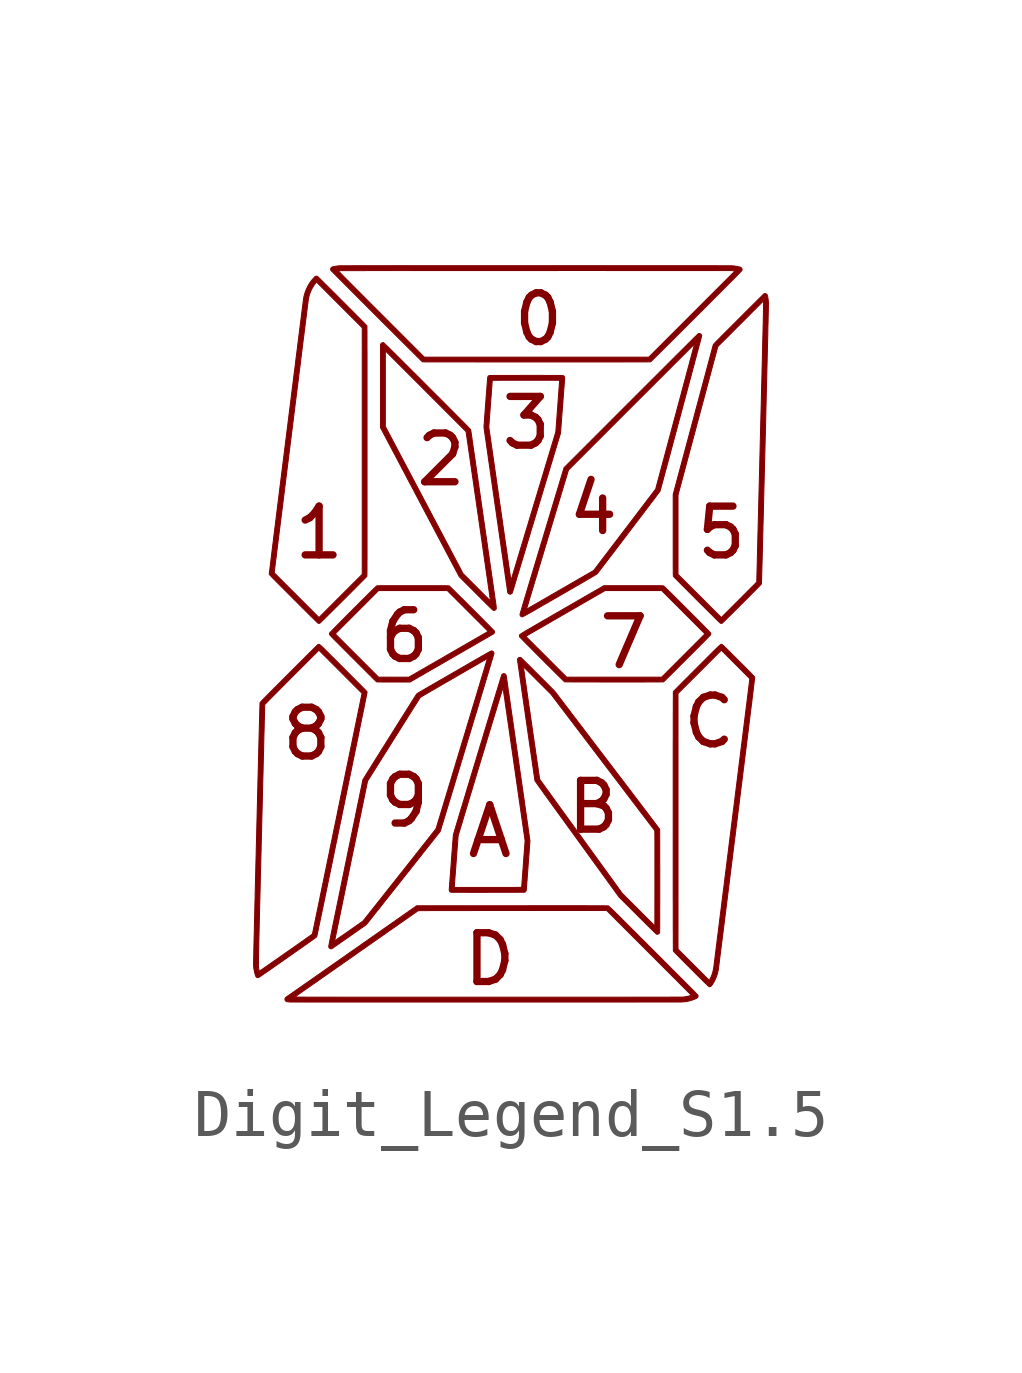
<source format=kicad_sym>
(kicad_symbol_lib
  (version 20211014)
  (generator kicad_symbol_editor)
  (symbol "Digit_Legend_S1.5"
    (pin_names
      (offset 1.016))
    (property "Reference" "#G"
      (at 0 8.763 0)
      (effects (font (size 1.27 1.27)) hide))
    (symbol "Digit_Legend_S1.5_0_0"
      (polyline (pts (xy -0.283 0.541) (xy -0.268 0.547) (xy -0.254 0.559) (xy -0.253 0.56) (xy -0.251 0.563) (xy -0.249 0.566) (xy -0.247 0.57) (xy -0.246 0.574) (xy -0.245 0.579) (xy -0.245 0.586) (xy -0.245 0.595) (xy -0.246 0.606) (xy -0.247 0.62) (xy -0.249 0.637) (xy -0.252 0.658) (xy -0.255 0.683) (xy -0.259 0.712) (xy -0.264 0.745) (xy -0.27 0.784) (xy -0.276 0.828) (xy -0.278 0.842) (xy -0.281 0.865) (xy -0.285 0.893) (xy -0.29 0.926) (xy -0.296 0.964) (xy -0.302 1.007) (xy -0.309 1.055) (xy -0.316 1.107) (xy -0.325 1.164) (xy -0.333 1.224) (xy -0.343 1.289) (xy -0.352 1.357) (xy -0.363 1.428) (xy -0.373 1.503) (xy -0.385 1.581) (xy -0.396 1.662) (xy -0.408 1.745) (xy -0.421 1.831) (xy -0.433 1.919) (xy -0.446 2.009) (xy -0.46 2.101) (xy -0.473 2.195) (xy -0.487 2.29) (xy -0.501 2.386) (xy -0.515 2.483) (xy -0.529 2.582) (xy -0.543 2.681) (xy -0.547 2.708) (xy -0.561 2.804) (xy -0.575 2.9) (xy -0.588 2.993) (xy -0.601 3.084) (xy -0.614 3.174) (xy -0.627 3.261) (xy -0.639 3.346) (xy -0.651 3.429) (xy -0.663 3.509) (xy -0.674 3.586) (xy -0.684 3.66) (xy -0.695 3.731) (xy -0.705 3.799) (xy -0.714 3.863) (xy -0.723 3.924) (xy -0.731 3.98) (xy -0.739 4.033) (xy -0.746 4.082) (xy -0.752 4.126) (xy -0.758 4.166) (xy -0.763 4.201) (xy -0.767 4.231) (xy -0.771 4.256) (xy -0.774 4.276) (xy -0.776 4.291) (xy -0.777 4.3) (xy -0.778 4.303) (xy -0.779 4.305) (xy -0.781 4.308) (xy -0.784 4.312) (xy -0.789 4.317) (xy -0.795 4.324) (xy -0.803 4.332) (xy -0.813 4.342) (xy -0.825 4.354) (xy -0.838 4.368) (xy -0.854 4.384) (xy -0.871 4.402) (xy -0.891 4.423) (xy -0.914 4.445) (xy -0.938 4.47) (xy -0.966 4.498) (xy -0.996 4.528) (xy -1.029 4.561) (xy -1.065 4.597) (xy -1.103 4.636) (xy -1.145 4.678) (xy -1.19 4.723) (xy -1.239 4.772) (xy -1.291 4.824) (xy -1.346 4.88) (xy -1.405 4.939) (xy -1.535 5.068) (xy -1.606 5.139) (xy -1.918 5.452) (xy -1.981 5.514) (xy -2.04 5.573) (xy -2.095 5.629) (xy -2.147 5.68) (xy -2.196 5.729) (xy -2.24 5.773) (xy -2.282 5.815) (xy -2.321 5.853) (xy -2.356 5.889) (xy -2.389 5.921) (xy -2.419 5.951) (xy -2.446 5.977) (xy -2.47 6.001) (xy -2.492 6.023) (xy -2.511 6.042) (xy -2.528 6.059) (xy -2.543 6.073) (xy -2.556 6.085) (xy -2.566 6.095) (xy -2.575 6.103) (xy -2.582 6.109) (xy -2.586 6.114) (xy -2.59 6.117) (xy -2.591 6.118) (xy -2.597 6.119) (xy -2.613 6.12) (xy -2.628 6.115) (xy -2.641 6.105) (xy -2.651 6.092) (xy -2.657 6.079) (xy -2.657 5.949) (xy -2.557 5.949) (xy -0.874 4.265) (xy -0.619 2.502) (xy -0.611 2.446) (xy -0.597 2.345) (xy -0.582 2.246) (xy -0.568 2.149) (xy -0.554 2.054) (xy -0.541 1.96) (xy -0.528 1.869) (xy -0.515 1.78) (xy -0.503 1.694) (xy -0.491 1.61) (xy -0.479 1.53) (xy -0.468 1.452) (xy -0.457 1.377) (xy -0.447 1.305) (xy -0.437 1.237) (xy -0.428 1.173) (xy -0.419 1.112) (xy -0.411 1.056) (xy -0.403 1.003) (xy -0.396 0.955) (xy -0.39 0.911) (xy -0.384 0.872) (xy -0.38 0.837) (xy -0.375 0.807) (xy -0.372 0.782) (xy -0.369 0.763) (xy -0.367 0.749) (xy -0.366 0.74) (xy -0.365 0.737) (xy -0.366 0.738) (xy -0.371 0.742) (xy -0.379 0.75) (xy -0.391 0.762) (xy -0.406 0.777) (xy -0.424 0.795) (xy -0.445 0.816) (xy -0.469 0.839) (xy -0.495 0.865) (xy -0.523 0.893) (xy -0.553 0.923) (xy -0.584 0.955) (xy -0.617 0.988) (xy -0.651 1.022) (xy -0.937 1.307) (xy -1.747 2.84) (xy -2.557 4.373) (xy -2.557 5.949) (xy -2.657 5.949) (xy -2.657 4.348) (xy -2.647 4.33) (xy -2.647 4.329) (xy -2.645 4.325) (xy -2.64 4.316) (xy -2.632 4.301) (xy -2.622 4.282) (xy -2.61 4.258) (xy -2.595 4.23) (xy -2.578 4.198) (xy -2.558 4.161) (xy -2.537 4.12) (xy -2.513 4.076) (xy -2.488 4.027) (xy -2.46 3.975) (xy -2.431 3.92) (xy -2.4 3.861) (xy -2.367 3.8) (xy -2.333 3.735) (xy -2.297 3.667) (xy -2.26 3.597) (xy -2.222 3.524) (xy -2.182 3.449) (xy -2.141 3.371) (xy -2.099 3.291) (xy -2.056 3.209) (xy -2.011 3.126) (xy -1.966 3.041) (xy -1.921 2.954) (xy -1.874 2.866) (xy -1.827 2.776) (xy -1.016 1.242) (xy -0.597 0.823) (xy -0.558 0.784) (xy -0.523 0.749) (xy -0.491 0.718) (xy -0.463 0.689) (xy -0.438 0.664) (xy -0.415 0.642) (xy -0.396 0.623) (xy -0.379 0.606) (xy -0.364 0.592) (xy -0.351 0.58) (xy -0.341 0.57) (xy -0.332 0.562) (xy -0.325 0.555) (xy -0.319 0.55) (xy -0.315 0.547) (xy -0.311 0.544) (xy -0.309 0.543) (xy -0.307 0.542) (xy -0.3 0.541) (xy -0.283 0.541)) (stroke (width 0.01) (type default) (color 0 0 0 0)) (fill (type outline)))
      (polyline (pts (xy 2.781 -0.952) (xy 2.836 -0.952) (xy 2.887 -0.951) (xy 2.933 -0.951) (xy 2.975 -0.951) (xy 3.014 -0.951) (xy 3.048 -0.951) (xy 3.079 -0.951) (xy 3.107 -0.951) (xy 3.132 -0.951) (xy 3.154 -0.95) (xy 3.172 -0.95) (xy 3.189 -0.95) (xy 3.202 -0.95) (xy 3.214 -0.95) (xy 3.223 -0.949) (xy 3.23 -0.949) (xy 3.236 -0.949) (xy 3.24 -0.948) (xy 3.242 -0.948) (xy 3.244 -0.948) (xy 3.245 -0.946) (xy 3.251 -0.941) (xy 3.26 -0.932) (xy 3.273 -0.919) (xy 3.29 -0.903) (xy 3.309 -0.883) (xy 3.332 -0.861) (xy 3.358 -0.835) (xy 3.387 -0.807) (xy 3.418 -0.776) (xy 3.451 -0.743) (xy 3.487 -0.707) (xy 3.525 -0.67) (xy 3.564 -0.63) (xy 3.605 -0.589) (xy 3.77 -0.424) (xy 3.821 -0.373) (xy 3.868 -0.327) (xy 3.911 -0.283) (xy 3.951 -0.244) (xy 3.987 -0.207) (xy 4.019 -0.174) (xy 4.049 -0.145) (xy 4.076 -0.118) (xy 4.1 -0.094) (xy 4.121 -0.072) (xy 4.139 -0.053) (xy 4.156 -0.037) (xy 4.17 -0.022) (xy 4.182 -0.01) (xy 4.192 0.001) (xy 4.2 0.01) (xy 4.207 0.017) (xy 4.213 0.023) (xy 4.217 0.028) (xy 4.22 0.032) (xy 4.222 0.035) (xy 4.223 0.037) (xy 4.224 0.039) (xy 4.226 0.051) (xy 4.224 0.064) (xy 4.223 0.065) (xy 4.223 0.067) (xy 4.221 0.07) (xy 4.218 0.073) (xy 4.214 0.077) (xy 4.21 0.083) (xy 4.203 0.09) (xy 4.196 0.098) (xy 4.186 0.108) (xy 4.175 0.12) (xy 4.162 0.134) (xy 4.146 0.149) (xy 4.128 0.167) (xy 4.108 0.188) (xy 4.086 0.211) (xy 4.06 0.236) (xy 4.032 0.265) (xy 4 0.297) (xy 3.965 0.332) (xy 3.927 0.37) (xy 3.885 0.412) (xy 3.84 0.457) (xy 3.791 0.507) (xy 3.737 0.56) (xy 3.716 0.582) (xy 3.658 0.64) (xy 3.604 0.694) (xy 3.554 0.744) (xy 3.508 0.79) (xy 3.466 0.832) (xy 3.427 0.87) (xy 3.393 0.904) (xy 3.362 0.934) (xy 3.335 0.961) (xy 3.311 0.984) (xy 3.291 1.004) (xy 3.275 1.02) (xy 3.262 1.032) (xy 3.252 1.041) (xy 3.246 1.047) (xy 3.243 1.049) (xy 3.243 1.049) (xy 3.241 1.05) (xy 3.239 1.05) (xy 3.236 1.051) (xy 3.233 1.051) (xy 3.229 1.052) (xy 3.223 1.052) (xy 3.215 1.053) (xy 3.206 1.053) (xy 3.195 1.053) (xy 3.181 1.053) (xy 3.165 1.054) (xy 3.146 1.054) (xy 3.124 1.054) (xy 3.099 1.054) (xy 3.07 1.054) (xy 3.038 1.054) (xy 3.002 1.054) (xy 2.961 1.054) (xy 2.916 1.054) (xy 2.866 1.055) (xy 2.615 1.055) (xy 1.999 1.055) (xy 1.979 1.044) (xy 1.978 1.043) (xy 1.973 1.041) (xy 1.963 1.035) (xy 1.949 1.027) (xy 1.93 1.016) (xy 1.906 1.002) (xy 1.879 0.986) (xy 1.847 0.968) (xy 1.812 0.948) (xy 1.774 0.926) (xy 1.732 0.902) (xy 1.687 0.876) (xy 1.639 0.848) (xy 1.588 0.819) (xy 1.534 0.788) (xy 1.478 0.755) (xy 1.421 0.722) (xy 1.361 0.688) (xy 1.299 0.652) (xy 1.236 0.615) (xy 1.171 0.578) (xy 1.105 0.54) (xy 1.092 0.532) (xy 1.013 0.487) (xy 0.94 0.445) (xy 0.872 0.405) (xy 0.808 0.368) (xy 0.748 0.334) (xy 0.693 0.302) (xy 0.642 0.272) (xy 0.595 0.245) (xy 0.551 0.22) (xy 0.512 0.197) (xy 0.476 0.176) (xy 0.443 0.157) (xy 0.413 0.139) (xy 0.387 0.124) (xy 0.363 0.11) (xy 0.342 0.097) (xy 0.323 0.086) (xy 0.307 0.076) (xy 0.293 0.067) (xy 0.281 0.059) (xy 0.271 0.052) (xy 0.262 0.047) (xy 0.255 0.042) (xy 0.25 0.038) (xy 0.246 0.034) (xy 0.243 0.031) (xy 0.24 0.028) (xy 0.239 0.026) (xy 0.238 0.024) (xy 0.238 0.022) (xy 0.238 0.02) (xy 0.238 0.016) (xy 0.238 0.013) (xy 0.238 0.013) (xy 0.238 -0.0002) (xy 0.37 -0.0002) (xy 1.197 0.477) (xy 2.024 0.954) (xy 3.201 0.954) (xy 3.653 0.503) (xy 4.104 0.051) (xy 3.201 -0.852) (xy 1.222 -0.852) (xy 0.796 -0.426) (xy 0.37 -0.0002) (xy 0.238 -0.0002) (xy 0.238 -0.0003) (xy 0.243 -0.012) (xy 0.243 -0.013) (xy 0.246 -0.016) (xy 0.254 -0.024) (xy 0.265 -0.036) (xy 0.279 -0.05) (xy 0.296 -0.068) (xy 0.317 -0.089) (xy 0.34 -0.113) (xy 0.366 -0.139) (xy 0.394 -0.168) (xy 0.425 -0.198) (xy 0.457 -0.23) (xy 0.49 -0.264) (xy 0.525 -0.299) (xy 0.561 -0.336) (xy 0.598 -0.373) (xy 0.636 -0.411) (xy 0.674 -0.449) (xy 0.713 -0.487) (xy 0.751 -0.526) (xy 0.789 -0.564) (xy 0.827 -0.602) (xy 0.864 -0.638) (xy 0.9 -0.674) (xy 0.935 -0.709) (xy 0.968 -0.742) (xy 1 -0.774) (xy 1.03 -0.804) (xy 1.058 -0.831) (xy 1.084 -0.857) (xy 1.107 -0.879) (xy 1.127 -0.899) (xy 1.144 -0.916) (xy 1.158 -0.93) (xy 1.169 -0.94) (xy 1.176 -0.946) (xy 1.179 -0.949) (xy 1.179 -0.949) (xy 1.184 -0.949) (xy 1.194 -0.949) (xy 1.211 -0.949) (xy 1.233 -0.95) (xy 1.261 -0.95) (xy 1.294 -0.95) (xy 1.333 -0.95) (xy 1.378 -0.951) (xy 1.427 -0.951) (xy 1.483 -0.951) (xy 1.543 -0.951) (xy 1.609 -0.951) (xy 1.68 -0.951) (xy 1.756 -0.951) (xy 1.837 -0.951) (xy 1.923 -0.952) (xy 2.014 -0.952) (xy 2.11 -0.952) (xy 2.722 -0.952) (xy 2.781 -0.952)) (stroke (width 0.01) (type default) (color 0 0 0 0)) (fill (type outline)))
      (polyline (pts (xy -1.978 -0.917) (xy -1.976 -0.915) (xy -1.966 -0.91) (xy -1.951 -0.901) (xy -1.932 -0.89) (xy -1.909 -0.877) (xy -1.881 -0.861) (xy -1.849 -0.842) (xy -1.814 -0.822) (xy -1.775 -0.8) (xy -1.733 -0.775) (xy -1.688 -0.749) (xy -1.64 -0.721) (xy -1.589 -0.692) (xy -1.535 -0.661) (xy -1.48 -0.629) (xy -1.422 -0.596) (xy -1.363 -0.562) (xy -1.302 -0.526) (xy -1.239 -0.49) (xy -1.176 -0.454) (xy -1.111 -0.416) (xy -1.071 -0.393) (xy -1.008 -0.356) (xy -0.946 -0.321) (xy -0.886 -0.286) (xy -0.827 -0.252) (xy -0.771 -0.22) (xy -0.717 -0.189) (xy -0.665 -0.159) (xy -0.616 -0.13) (xy -0.57 -0.103) (xy -0.526 -0.078) (xy -0.486 -0.055) (xy -0.449 -0.034) (xy -0.416 -0.014) (xy -0.386 0.003) (xy -0.361 0.018) (xy -0.339 0.03) (xy -0.322 0.04) (xy -0.309 0.048) (xy -0.301 0.052) (xy -0.299 0.054) (xy -0.29 0.065) (xy -0.284 0.079) (xy -0.282 0.095) (xy -0.285 0.11) (xy -0.285 0.11) (xy -0.288 0.114) (xy -0.296 0.121) (xy -0.306 0.133) (xy -0.321 0.148) (xy -0.338 0.166) (xy -0.359 0.187) (xy -0.382 0.21) (xy -0.408 0.237) (xy -0.436 0.265) (xy -0.466 0.296) (xy -0.498 0.328) (xy -0.532 0.362) (xy -0.567 0.397) (xy -0.603 0.433) (xy -0.64 0.471) (xy -0.678 0.508) (xy -0.755 0.585) (xy -0.793 0.624) (xy -0.832 0.662) (xy -0.87 0.7) (xy -0.907 0.737) (xy -0.943 0.773) (xy -0.978 0.807) (xy -1.012 0.841) (xy -1.044 0.873) (xy -1.074 0.902) (xy -1.102 0.93) (xy -1.128 0.956) (xy -1.151 0.979) (xy -1.171 0.999) (xy -1.189 1.016) (xy -1.203 1.03) (xy -1.214 1.04) (xy -1.221 1.046) (xy -1.225 1.049) (xy -1.226 1.049) (xy -1.227 1.05) (xy -1.229 1.05) (xy -1.232 1.051) (xy -1.236 1.051) (xy -1.24 1.052) (xy -1.246 1.052) (xy -1.254 1.052) (xy -1.263 1.053) (xy -1.274 1.053) (xy -1.288 1.053) (xy -1.304 1.054) (xy -1.323 1.054) (xy -1.344 1.054) (xy -1.369 1.054) (xy -1.396 1.054) (xy -1.428 1.054) (xy -1.463 1.054) (xy -1.502 1.054) (xy -1.545 1.054) (xy -1.592 1.054) (xy -1.701 1.054) (xy -1.763 1.055) (xy -2.241 1.055) (xy -2.3 1.054) (xy -2.403 1.054) (xy -2.447 1.054) (xy -2.488 1.054) (xy -2.524 1.054) (xy -2.557 1.054) (xy -2.586 1.054) (xy -2.611 1.054) (xy -2.634 1.054) (xy -2.653 1.054) (xy -2.67 1.053) (xy -2.684 1.053) (xy -2.696 1.053) (xy -2.706 1.053) (xy -2.715 1.052) (xy -2.721 1.052) (xy -2.726 1.052) (xy -2.73 1.051) (xy -2.733 1.051) (xy -2.735 1.05) (xy -2.737 1.05) (xy -2.738 1.049) (xy -2.742 1.046) (xy -2.749 1.04) (xy -2.76 1.029) (xy -2.775 1.015) (xy -2.793 0.998) (xy -2.813 0.978) (xy -2.837 0.955) (xy -2.863 0.929) (xy -2.892 0.901) (xy -2.922 0.871) (xy -2.954 0.839) (xy -2.988 0.805) (xy -3.024 0.77) (xy -3.061 0.733) (xy -3.098 0.696) (xy -3.136 0.657) (xy -3.175 0.618) (xy -3.215 0.579) (xy -3.254 0.54) (xy -3.293 0.501) (xy -3.332 0.462) (xy -3.37 0.423) (xy -3.407 0.386) (xy -3.444 0.349) (xy -3.479 0.314) (xy -3.512 0.28) (xy -3.544 0.248) (xy -3.574 0.217) (xy -3.602 0.189) (xy -3.627 0.164) (xy -3.65 0.14) (xy -3.669 0.12) (xy -3.686 0.102) (xy -3.7 0.088) (xy -3.71 0.078) (xy -3.716 0.071) (xy -3.718 0.068) (xy -3.72 0.06) (xy -3.721 0.055) (xy -3.721 0.054) (xy -3.721 0.051) (xy -3.6 0.051) (xy -3.148 0.503) (xy -2.697 0.954) (xy -1.266 0.954) (xy -0.414 0.102) (xy -0.424 0.097) (xy -0.427 0.095) (xy -0.436 0.09) (xy -0.448 0.083) (xy -0.464 0.073) (xy -0.483 0.062) (xy -0.504 0.05) (xy -0.527 0.037) (xy -0.552 0.022) (xy -0.562 0.017) (xy -0.579 0.007) (xy -0.601 -0.006) (xy -0.627 -0.021) (xy -0.657 -0.038) (xy -0.691 -0.058) (xy -0.728 -0.079) (xy -0.769 -0.103) (xy -0.813 -0.128) (xy -0.86 -0.155) (xy -0.91 -0.184) (xy -0.962 -0.214) (xy -1.015 -0.245) (xy -1.071 -0.277) (xy -1.128 -0.31) (xy -1.187 -0.344) (xy -1.246 -0.378) (xy -1.307 -0.413) (xy -1.368 -0.449) (xy -2.066 -0.851) (xy -2.381 -0.852) (xy -2.697 -0.852) (xy -3.149 -0.4) (xy -3.6 0.051) (xy -3.721 0.051) (xy -3.721 0.047) (xy -3.719 0.039) (xy -3.719 0.038) (xy -3.718 0.036) (xy -3.717 0.034) (xy -3.714 0.03) (xy -3.711 0.026) (xy -3.706 0.021) (xy -3.7 0.014) (xy -3.692 0.005) (xy -3.683 -0.004) (xy -3.671 -0.016) (xy -3.658 -0.03) (xy -3.643 -0.046) (xy -3.625 -0.064) (xy -3.605 -0.084) (xy -3.582 -0.107) (xy -3.556 -0.133) (xy -3.528 -0.162) (xy -3.496 -0.193) (xy -3.462 -0.228) (xy -3.423 -0.267) (xy -3.381 -0.309) (xy -3.336 -0.354) (xy -3.287 -0.404) (xy -3.204 -0.486) (xy -3.16 -0.53) (xy -3.117 -0.573) (xy -3.075 -0.615) (xy -3.035 -0.655) (xy -2.997 -0.693) (xy -2.961 -0.729) (xy -2.927 -0.763) (xy -2.895 -0.795) (xy -2.865 -0.824) (xy -2.838 -0.851) (xy -2.815 -0.875) (xy -2.794 -0.895) (xy -2.776 -0.913) (xy -2.762 -0.927) (xy -2.751 -0.937) (xy -2.744 -0.944) (xy -2.741 -0.946) (xy -2.74 -0.947) (xy -2.738 -0.948) (xy -2.735 -0.949) (xy -2.731 -0.949) (xy -2.726 -0.95) (xy -2.719 -0.95) (xy -2.71 -0.951) (xy -2.699 -0.951) (xy -2.685 -0.951) (xy -2.668 -0.951) (xy -2.648 -0.951) (xy -2.624 -0.952) (xy -2.596 -0.952) (xy -2.564 -0.952) (xy -2.527 -0.952) (xy -2.485 -0.952) (xy -2.039 -0.952) (xy -1.978 -0.917)) (stroke (width 0.01) (type default) (color 0 0 0 0)) (fill (type outline)))
      (polyline (pts (xy 4.462 0.273) (xy 4.464 0.274) (xy 4.47 0.28) (xy 4.48 0.289) (xy 4.493 0.302) (xy 4.509 0.318) (xy 4.529 0.337) (xy 4.551 0.358) (xy 4.575 0.383) (xy 4.602 0.409) (xy 4.631 0.438) (xy 4.662 0.468) (xy 4.694 0.5) (xy 4.727 0.533) (xy 4.762 0.567) (xy 4.797 0.602) (xy 4.832 0.638) (xy 4.868 0.674) (xy 4.975 0.78) (xy 5.01 0.815) (xy 5.043 0.849) (xy 5.075 0.881) (xy 5.106 0.912) (xy 5.135 0.941) (xy 5.162 0.969) (xy 5.187 0.994) (xy 5.21 1.017) (xy 5.229 1.037) (xy 5.246 1.054) (xy 5.26 1.068) (xy 5.27 1.079) (xy 5.277 1.086) (xy 5.279 1.089) (xy 5.279 1.09) (xy 5.279 1.093) (xy 5.28 1.098) (xy 5.28 1.105) (xy 5.281 1.114) (xy 5.281 1.126) (xy 5.282 1.139) (xy 5.282 1.155) (xy 5.283 1.174) (xy 5.284 1.195) (xy 5.284 1.219) (xy 5.285 1.246) (xy 5.286 1.275) (xy 5.287 1.308) (xy 5.288 1.343) (xy 5.289 1.382) (xy 5.29 1.424) (xy 5.291 1.47) (xy 5.293 1.519) (xy 5.294 1.571) (xy 5.296 1.628) (xy 5.297 1.688) (xy 5.299 1.752) (xy 5.301 1.82) (xy 5.303 1.892) (xy 5.304 1.968) (xy 5.307 2.048) (xy 5.309 2.133) (xy 5.311 2.222) (xy 5.313 2.316) (xy 5.316 2.414) (xy 5.319 2.517) (xy 5.321 2.625) (xy 5.324 2.738) (xy 5.327 2.856) (xy 5.33 2.979) (xy 5.333 3.107) (xy 5.337 3.24) (xy 5.34 3.379) (xy 5.344 3.524) (xy 5.348 3.674) (xy 5.352 3.83) (xy 5.356 3.991) (xy 5.359 4.115) (xy 5.363 4.277) (xy 5.367 4.434) (xy 5.371 4.588) (xy 5.374 4.737) (xy 5.378 4.882) (xy 5.381 5.022) (xy 5.385 5.158) (xy 5.388 5.289) (xy 5.391 5.416) (xy 5.394 5.538) (xy 5.397 5.655) (xy 5.4 5.768) (xy 5.402 5.876) (xy 5.405 5.979) (xy 5.407 6.077) (xy 5.41 6.17) (xy 5.412 6.258) (xy 5.414 6.341) (xy 5.415 6.418) (xy 5.417 6.491) (xy 5.419 6.558) (xy 5.42 6.62) (xy 5.421 6.677) (xy 5.423 6.728) (xy 5.424 6.774) (xy 5.425 6.814) (xy 5.425 6.849) (xy 5.426 6.878) (xy 5.426 6.902) (xy 5.426 6.919) (xy 5.427 6.931) (xy 5.427 6.937) (xy 5.426 6.945) (xy 5.425 6.973) (xy 5.422 7.001) (xy 5.419 7.029) (xy 5.415 7.054) (xy 5.411 7.076) (xy 5.407 7.096) (xy 5.402 7.111) (xy 5.397 7.12) (xy 5.39 7.129) (xy 5.377 7.137) (xy 5.363 7.141) (xy 5.348 7.142) (xy 5.334 7.138) (xy 5.333 7.137) (xy 5.329 7.133) (xy 5.321 7.126) (xy 5.309 7.114) (xy 5.293 7.099) (xy 5.275 7.08) (xy 5.253 7.058) (xy 5.227 7.034) (xy 5.199 7.006) (xy 5.169 6.975) (xy 5.136 6.942) (xy 5.1 6.907) (xy 5.063 6.87) (xy 5.023 6.83) (xy 4.982 6.789) (xy 4.939 6.747) (xy 4.895 6.702) (xy 4.803 6.61) (xy 4.793 6.6) (xy 4.688 6.495) (xy 4.642 6.449) (xy 4.599 6.406) (xy 4.559 6.366) (xy 4.523 6.33) (xy 4.49 6.297) (xy 4.461 6.268) (xy 4.434 6.241) (xy 4.41 6.216) (xy 4.389 6.195) (xy 4.37 6.176) (xy 4.353 6.159) (xy 4.338 6.144) (xy 4.326 6.131) (xy 4.315 6.12) (xy 4.306 6.11) (xy 4.299 6.102) (xy 4.293 6.096) (xy 4.288 6.09) (xy 4.284 6.086) (xy 4.282 6.082) (xy 4.279 6.079) (xy 4.278 6.077) (xy 4.277 6.074) (xy 4.276 6.073) (xy 4.276 6.071) (xy 4.276 6.071) (xy 4.275 6.067) (xy 4.272 6.057) (xy 4.268 6.042) (xy 4.263 6.022) (xy 4.256 5.997) (xy 4.248 5.967) (xy 4.239 5.932) (xy 4.228 5.893) (xy 4.216 5.849) (xy 4.204 5.801) (xy 4.19 5.75) (xy 4.175 5.694) (xy 4.159 5.634) (xy 4.142 5.571) (xy 4.124 5.505) (xy 4.106 5.435) (xy 4.086 5.363) (xy 4.066 5.287) (xy 4.045 5.209) (xy 4.023 5.128) (xy 4.001 5.045) (xy 3.978 4.96) (xy 3.955 4.873) (xy 3.931 4.784) (xy 3.906 4.693) (xy 3.882 4.6) (xy 3.857 4.506) (xy 3.442 2.958) (xy 3.442 2.945) (xy 3.542 2.945) (xy 4.371 6.036) (xy 5.323 6.989) (xy 5.326 6.958) (xy 5.326 6.957) (xy 5.326 6.944) (xy 5.326 6.932) (xy 5.325 6.917) (xy 5.325 6.898) (xy 5.325 6.876) (xy 5.324 6.851) (xy 5.324 6.821) (xy 5.323 6.788) (xy 5.322 6.751) (xy 5.321 6.71) (xy 5.32 6.665) (xy 5.319 6.616) (xy 5.318 6.563) (xy 5.317 6.506) (xy 5.315 6.444) (xy 5.314 6.378) (xy 5.312 6.308) (xy 5.31 6.232) (xy 5.308 6.153) (xy 5.306 6.069) (xy 5.304 5.98) (xy 5.302 5.886) (xy 5.3 5.788) (xy 5.297 5.684) (xy 5.294 5.576) (xy 5.292 5.462) (xy 5.289 5.343) (xy 5.285 5.219) (xy 5.282 5.09) (xy 5.279 4.955) (xy 5.276 4.815) (xy 5.272 4.669) (xy 5.268 4.518) (xy 5.264 4.361) (xy 5.26 4.198) (xy 5.256 4.029) (xy 5.183 1.131) (xy 4.814 0.761) (xy 4.444 0.391) (xy 3.993 0.842) (xy 3.542 1.292) (xy 3.542 2.945) (xy 3.442 2.945) (xy 3.442 1.87) (xy 3.442 1.802) (xy 3.442 1.738) (xy 3.442 1.68) (xy 3.442 1.626) (xy 3.442 1.577) (xy 3.442 1.532) (xy 3.442 1.492) (xy 3.442 1.455) (xy 3.443 1.422) (xy 3.443 1.393) (xy 3.443 1.367) (xy 3.443 1.344) (xy 3.443 1.324) (xy 3.443 1.307) (xy 3.444 1.293) (xy 3.444 1.281) (xy 3.444 1.272) (xy 3.445 1.264) (xy 3.445 1.258) (xy 3.445 1.254) (xy 3.446 1.251) (xy 3.446 1.25) (xy 3.446 1.25) (xy 3.449 1.247) (xy 3.456 1.239) (xy 3.466 1.228) (xy 3.481 1.214) (xy 3.498 1.197) (xy 3.518 1.176) (xy 3.541 1.153) (xy 3.567 1.127) (xy 3.595 1.099) (xy 3.625 1.068) (xy 3.657 1.036) (xy 3.691 1.002) (xy 3.726 0.967) (xy 3.763 0.93) (xy 3.8 0.893) (xy 3.877 0.816) (xy 3.916 0.776) (xy 3.956 0.737) (xy 3.995 0.698) (xy 4.034 0.659) (xy 4.072 0.621) (xy 4.109 0.584) (xy 4.146 0.548) (xy 4.181 0.513) (xy 4.215 0.479) (xy 4.247 0.448) (xy 4.277 0.418) (xy 4.305 0.39) (xy 4.33 0.365) (xy 4.353 0.342) (xy 4.374 0.322) (xy 4.391 0.305) (xy 4.405 0.292) (xy 4.415 0.282) (xy 4.422 0.275) (xy 4.425 0.273) (xy 4.436 0.271) (xy 4.449 0.27) (xy 4.462 0.273)) (stroke (width 0.01) (type default) (color 0 0 0 0)) (fill (type outline)))
      (polyline (pts (xy -3.921 0.273) (xy -3.918 0.276) (xy -3.911 0.282) (xy -3.9 0.292) (xy -3.886 0.306) (xy -3.869 0.323) (xy -3.848 0.343) (xy -3.825 0.366) (xy -3.799 0.392) (xy -3.771 0.419) (xy -3.741 0.45) (xy -3.708 0.481) (xy -3.675 0.515) (xy -3.639 0.55) (xy -3.603 0.587) (xy -3.565 0.624) (xy -3.527 0.662) (xy -3.488 0.701) (xy -3.449 0.74) (xy -3.409 0.779) (xy -3.37 0.818) (xy -3.331 0.857) (xy -3.256 0.933) (xy -3.219 0.969) (xy -3.184 1.004) (xy -3.151 1.038) (xy -3.119 1.07) (xy -3.088 1.101) (xy -3.061 1.129) (xy -3.035 1.154) (xy -3.012 1.177) (xy -2.992 1.198) (xy -2.975 1.215) (xy -2.961 1.229) (xy -2.951 1.24) (xy -2.944 1.247) (xy -2.942 1.25) (xy -2.942 1.25) (xy -2.942 1.251) (xy -2.941 1.253) (xy -2.941 1.257) (xy -2.941 1.262) (xy -2.941 1.268) (xy -2.941 1.276) (xy -2.94 1.286) (xy -2.94 1.297) (xy -2.94 1.311) (xy -2.94 1.326) (xy -2.94 1.344) (xy -2.939 1.364) (xy -2.939 1.387) (xy -2.939 1.411) (xy -2.939 1.439) (xy -2.939 1.469) (xy -2.939 1.502) (xy -2.939 1.538) (xy -2.939 1.577) (xy -2.938 1.619) (xy -2.938 1.664) (xy -2.938 1.713) (xy -2.938 1.765) (xy -2.938 1.821) (xy -2.938 1.881) (xy -2.938 1.944) (xy -2.938 2.011) (xy -2.938 2.082) (xy -2.938 2.158) (xy -2.938 2.237) (xy -2.938 2.41) (xy -2.938 2.503) (xy -2.938 2.811) (xy -2.938 2.923) (xy -2.938 4.462) (xy -2.938 4.592) (xy -2.938 4.841) (xy -2.938 4.96) (xy -2.938 5.075) (xy -2.938 5.186) (xy -2.938 5.294) (xy -2.938 5.397) (xy -2.938 5.496) (xy -2.938 5.591) (xy -2.938 5.681) (xy -2.938 5.767) (xy -2.938 5.849) (xy -2.938 5.926) (xy -2.939 5.998) (xy -2.939 6.065) (xy -2.939 6.128) (xy -2.939 6.185) (xy -2.939 6.238) (xy -2.939 6.285) (xy -2.939 6.327) (xy -2.939 6.364) (xy -2.94 6.396) (xy -2.94 6.422) (xy -2.94 6.442) (xy -2.94 6.457) (xy -2.94 6.466) (xy -2.94 6.47) (xy -2.94 6.47) (xy -2.943 6.473) (xy -2.95 6.48) (xy -2.961 6.491) (xy -2.975 6.505) (xy -2.992 6.523) (xy -3.012 6.544) (xy -3.035 6.567) (xy -3.061 6.593) (xy -3.089 6.622) (xy -3.12 6.652) (xy -3.152 6.685) (xy -3.186 6.719) (xy -3.222 6.755) (xy -3.259 6.792) (xy -3.297 6.83) (xy -3.336 6.869) (xy -3.375 6.909) (xy -3.415 6.949) (xy -3.456 6.989) (xy -3.575 7.109) (xy -3.614 7.148) (xy -3.652 7.186) (xy -3.689 7.223) (xy -3.725 7.258) (xy -3.759 7.292) (xy -3.791 7.324) (xy -3.822 7.354) (xy -3.85 7.382) (xy -3.876 7.408) (xy -3.899 7.431) (xy -3.919 7.451) (xy -3.937 7.468) (xy -3.951 7.482) (xy -3.961 7.492) (xy -3.968 7.498) (xy -3.971 7.501) (xy -3.978 7.503) (xy -3.99 7.505) (xy -4.003 7.503) (xy -4.014 7.5) (xy -4.017 7.498) (xy -4.025 7.491) (xy -4.035 7.481) (xy -4.048 7.468) (xy -4.061 7.454) (xy -4.074 7.439) (xy -4.087 7.424) (xy -4.099 7.409) (xy -4.137 7.355) (xy -4.172 7.296) (xy -4.202 7.234) (xy -4.227 7.17) (xy -4.247 7.102) (xy -4.261 7.033) (xy -4.261 7.032) (xy -4.261 7.027) (xy -4.263 7.016) (xy -4.265 6.999) (xy -4.268 6.977) (xy -4.271 6.95) (xy -4.275 6.917) (xy -4.28 6.88) (xy -4.286 6.837) (xy -4.292 6.79) (xy -4.298 6.737) (xy -4.305 6.681) (xy -4.313 6.62) (xy -4.321 6.554) (xy -4.339 6.411) (xy -4.349 6.333) (xy -4.359 6.252) (xy -4.37 6.167) (xy -4.381 6.079) (xy -4.392 5.987) (xy -4.404 5.891) (xy -4.417 5.793) (xy -4.429 5.691) (xy -4.442 5.587) (xy -4.456 5.48) (xy -4.469 5.37) (xy -4.483 5.258) (xy -4.498 5.143) (xy -4.512 5.027) (xy -4.527 4.907) (xy -4.542 4.786) (xy -4.558 4.663) (xy -4.573 4.539) (xy -4.589 4.412) (xy -4.605 4.285) (xy -4.621 4.155) (xy -4.636 4.041) (xy -4.657 3.869) (xy -4.678 3.703) (xy -4.698 3.542) (xy -4.717 3.387) (xy -4.736 3.238) (xy -4.754 3.095) (xy -4.771 2.957) (xy -4.787 2.825) (xy -4.803 2.699) (xy -4.818 2.578) (xy -4.832 2.463) (xy -4.846 2.353) (xy -4.859 2.249) (xy -4.871 2.151) (xy -4.883 2.058) (xy -4.893 1.97) (xy -4.904 1.888) (xy -4.913 1.812) (xy -4.922 1.74) (xy -4.93 1.674) (xy -4.937 1.614) (xy -4.944 1.559) (xy -4.95 1.509) (xy -4.955 1.464) (xy -4.96 1.425) (xy -4.964 1.391) (xy -4.971 1.338) (xy -4.972 1.325) (xy -4.873 1.325) (xy -4.521 4.147) (xy -4.52 4.153) (xy -4.504 4.281) (xy -4.488 4.408) (xy -4.472 4.534) (xy -4.457 4.658) (xy -4.442 4.78) (xy -4.427 4.9) (xy -4.412 5.018) (xy -4.397 5.135) (xy -4.383 5.248) (xy -4.369 5.36) (xy -4.356 5.468) (xy -4.342 5.575) (xy -4.329 5.678) (xy -4.317 5.779) (xy -4.305 5.876) (xy -4.293 5.97) (xy -4.282 6.061) (xy -4.271 6.149) (xy -4.26 6.233) (xy -4.25 6.313) (xy -4.24 6.389) (xy -4.231 6.462) (xy -4.223 6.53) (xy -4.215 6.595) (xy -4.207 6.654) (xy -4.2 6.71) (xy -4.194 6.761) (xy -4.188 6.807) (xy -4.183 6.848) (xy -4.178 6.885) (xy -4.174 6.916) (xy -4.171 6.942) (xy -4.169 6.963) (xy -4.167 6.978) (xy -4.165 6.988) (xy -4.165 6.992) (xy -4.159 7.03) (xy -4.15 7.074) (xy -4.14 7.114) (xy -4.127 7.152) (xy -4.112 7.189) (xy -4.094 7.228) (xy -4.074 7.265) (xy -4.039 7.321) (xy -3.999 7.374) (xy -3.991 7.383) (xy -3.515 6.906) (xy -3.038 6.429) (xy -3.038 1.292) (xy -3.489 0.842) (xy -3.939 0.391) (xy -4.406 0.858) (xy -4.873 1.325) (xy -4.972 1.325) (xy -4.973 1.32) (xy -4.974 1.306) (xy -4.975 1.298) (xy -4.975 1.295) (xy -4.975 1.293) (xy -4.974 1.291) (xy -4.972 1.288) (xy -4.969 1.284) (xy -4.965 1.28) (xy -4.959 1.274) (xy -4.952 1.266) (xy -4.944 1.257) (xy -4.934 1.247) (xy -4.922 1.234) (xy -4.908 1.22) (xy -4.892 1.203) (xy -4.873 1.185) (xy -4.852 1.163) (xy -4.829 1.139) (xy -4.802 1.113) (xy -4.773 1.083) (xy -4.74 1.05) (xy -4.704 1.014) (xy -4.665 0.975) (xy -4.622 0.932) (xy -4.576 0.886) (xy -4.525 0.835) (xy -4.471 0.781) (xy -4.471 0.78) (xy -4.425 0.735) (xy -4.338 0.647) (xy -4.296 0.605) (xy -4.255 0.565) (xy -4.217 0.527) (xy -4.18 0.49) (xy -4.146 0.456) (xy -4.114 0.424) (xy -4.084 0.395) (xy -4.057 0.369) (xy -4.033 0.345) (xy -4.012 0.324) (xy -3.995 0.307) (xy -3.98 0.293) (xy -3.97 0.283) (xy -3.963 0.277) (xy -3.96 0.274) (xy -3.95 0.271) (xy -3.935 0.27) (xy -3.921 0.273)) (stroke (width 0.01) (type default) (color 0 0 0 0)) (fill (type outline)))
      (polyline (pts (xy 4.22 -7.298) (xy 4.231 -7.29) (xy 4.243 -7.278) (xy 4.256 -7.26) (xy 4.259 -7.255) (xy 4.295 -7.197) (xy 4.325 -7.135) (xy 4.35 -7.071) (xy 4.369 -7.006) (xy 4.383 -6.939) (xy 4.383 -6.938) (xy 4.384 -6.932) (xy 4.385 -6.92) (xy 4.387 -6.903) (xy 4.39 -6.88) (xy 4.394 -6.852) (xy 4.398 -6.819) (xy 4.403 -6.781) (xy 4.408 -6.737) (xy 4.414 -6.689) (xy 4.421 -6.636) (xy 4.428 -6.579) (xy 4.436 -6.517) (xy 4.444 -6.451) (xy 4.453 -6.38) (xy 4.463 -6.306) (xy 4.472 -6.227) (xy 4.483 -6.145) (xy 4.494 -6.059) (xy 4.505 -5.969) (xy 4.516 -5.876) (xy 4.529 -5.78) (xy 4.541 -5.68) (xy 4.554 -5.577) (xy 4.567 -5.472) (xy 4.581 -5.363) (xy 4.595 -5.252) (xy 4.609 -5.138) (xy 4.623 -5.022) (xy 4.638 -4.903) (xy 4.653 -4.782) (xy 4.669 -4.659) (xy 4.684 -4.534) (xy 4.7 -4.407) (xy 4.716 -4.278) (xy 4.733 -4.148) (xy 4.749 -4.016) (xy 4.766 -3.883) (xy 4.786 -3.72) (xy 4.807 -3.554) (xy 4.827 -3.393) (xy 4.846 -3.237) (xy 4.865 -3.088) (xy 4.883 -2.944) (xy 4.9 -2.805) (xy 4.917 -2.672) (xy 4.933 -2.544) (xy 4.948 -2.421) (xy 4.963 -2.304) (xy 4.977 -2.192) (xy 4.99 -2.084) (xy 5.003 -1.982) (xy 5.015 -1.885) (xy 5.026 -1.792) (xy 5.037 -1.704) (xy 5.047 -1.622) (xy 5.057 -1.543) (xy 5.066 -1.47) (xy 5.075 -1.4) (xy 5.083 -1.336) (xy 5.09 -1.275) (xy 5.097 -1.219) (xy 5.103 -1.168) (xy 5.109 -1.12) (xy 5.114 -1.077) (xy 5.119 -1.037) (xy 5.123 -1.002) (xy 5.127 -0.971) (xy 5.13 -0.943) (xy 5.133 -0.919) (xy 5.136 -0.899) (xy 5.138 -0.883) (xy 5.139 -0.87) (xy 5.14 -0.861) (xy 5.14 -0.855) (xy 5.14 -0.853) (xy 5.14 -0.851) (xy 5.139 -0.849) (xy 5.137 -0.846) (xy 5.134 -0.842) (xy 5.13 -0.838) (xy 5.125 -0.832) (xy 5.118 -0.824) (xy 5.11 -0.815) (xy 5.099 -0.804) (xy 5.087 -0.791) (xy 5.072 -0.776) (xy 5.054 -0.758) (xy 5.035 -0.738) (xy 5.012 -0.715) (xy 4.986 -0.689) (xy 4.957 -0.66) (xy 4.924 -0.627) (xy 4.888 -0.591) (xy 4.848 -0.551) (xy 4.804 -0.507) (xy 4.686 -0.39) (xy 4.654 -0.357) (xy 4.624 -0.327) (xy 4.598 -0.301) (xy 4.575 -0.278) (xy 4.554 -0.258) (xy 4.537 -0.241) (xy 4.521 -0.226) (xy 4.508 -0.213) (xy 4.497 -0.202) (xy 4.487 -0.194) (xy 4.48 -0.186) (xy 4.474 -0.181) (xy 4.469 -0.177) (xy 4.465 -0.174) (xy 4.462 -0.172) (xy 4.459 -0.171) (xy 4.457 -0.17) (xy 4.455 -0.169) (xy 4.453 -0.168) (xy 4.45 -0.167) (xy 4.448 -0.167) (xy 4.446 -0.166) (xy 4.443 -0.167) (xy 4.44 -0.167) (xy 4.436 -0.169) (xy 4.432 -0.171) (xy 4.427 -0.175) (xy 4.42 -0.18) (xy 4.413 -0.186) (xy 4.404 -0.194) (xy 4.393 -0.204) (xy 4.381 -0.215) (xy 4.366 -0.229) (xy 4.35 -0.244) (xy 4.332 -0.263) (xy 4.311 -0.283) (xy 4.287 -0.306) (xy 4.261 -0.332) (xy 4.232 -0.361) (xy 4.2 -0.393) (xy 4.165 -0.428) (xy 4.038 -0.555) (xy 3.988 -0.605) (xy 3.935 -0.658) (xy 3.904 -0.689) (xy 3.86 -0.733) (xy 3.817 -0.776) (xy 3.775 -0.818) (xy 3.736 -0.858) (xy 3.697 -0.896) (xy 3.661 -0.932) (xy 3.627 -0.966) (xy 3.596 -0.998) (xy 3.567 -1.027) (xy 3.54 -1.054) (xy 3.517 -1.078) (xy 3.496 -1.099) (xy 3.479 -1.116) (xy 3.465 -1.13) (xy 3.455 -1.141) (xy 3.448 -1.147) (xy 3.446 -1.15) (xy 3.446 -1.153) (xy 3.446 -1.162) (xy 3.445 -1.176) (xy 3.445 -1.192) (xy 3.542 -1.192) (xy 3.994 -0.741) (xy 4.445 -0.289) (xy 5.039 -0.884) (xy 4.667 -3.865) (xy 4.666 -3.869) (xy 4.65 -4.001) (xy 4.633 -4.132) (xy 4.617 -4.261) (xy 4.601 -4.389) (xy 4.586 -4.514) (xy 4.57 -4.639) (xy 4.555 -4.761) (xy 4.54 -4.881) (xy 4.525 -4.998) (xy 4.511 -5.114) (xy 4.497 -5.227) (xy 4.483 -5.337) (xy 4.469 -5.444) (xy 4.456 -5.549) (xy 4.444 -5.651) (xy 4.431 -5.749) (xy 4.419 -5.844) (xy 4.408 -5.936) (xy 4.397 -6.025) (xy 4.386 -6.11) (xy 4.376 -6.191) (xy 4.366 -6.268) (xy 4.357 -6.341) (xy 4.349 -6.41) (xy 4.34 -6.475) (xy 4.333 -6.536) (xy 4.326 -6.592) (xy 4.319 -6.643) (xy 4.314 -6.69) (xy 4.308 -6.732) (xy 4.304 -6.769) (xy 4.3 -6.801) (xy 4.296 -6.827) (xy 4.294 -6.848) (xy 4.292 -6.864) (xy 4.291 -6.874) (xy 4.29 -6.878) (xy 4.29 -6.881) (xy 4.28 -6.94) (xy 4.268 -6.995) (xy 4.252 -7.046) (xy 4.234 -7.094) (xy 4.211 -7.14) (xy 4.206 -7.15) (xy 4.2 -7.16) (xy 4.196 -7.167) (xy 4.194 -7.169) (xy 4.194 -7.168) (xy 4.19 -7.164) (xy 4.181 -7.157) (xy 4.17 -7.145) (xy 4.155 -7.13) (xy 4.136 -7.112) (xy 4.115 -7.091) (xy 4.091 -7.067) (xy 4.065 -7.041) (xy 4.037 -7.013) (xy 4.006 -6.982) (xy 3.974 -6.949) (xy 3.939 -6.916) (xy 3.868 -6.844) (xy 3.542 -6.518) (xy 3.542 -1.192) (xy 3.445 -1.192) (xy 3.445 -1.196) (xy 3.445 -1.221) (xy 3.445 -1.252) (xy 3.445 -1.287) (xy 3.444 -1.327) (xy 3.444 -1.371) (xy 3.444 -1.421) (xy 3.444 -1.474) (xy 3.444 -1.531) (xy 3.443 -1.593) (xy 3.443 -1.658) (xy 3.443 -1.727) (xy 3.443 -1.8) (xy 3.443 -1.876) (xy 3.443 -1.955) (xy 3.443 -2.037) (xy 3.443 -2.122) (xy 3.442 -2.21) (xy 3.442 -2.3) (xy 3.442 -2.393) (xy 3.442 -2.488) (xy 3.442 -2.585) (xy 3.442 -2.684) (xy 3.442 -2.784) (xy 3.442 -2.887) (xy 3.442 -2.99) (xy 3.442 -3.095) (xy 3.442 -3.309) (xy 3.442 -3.417) (xy 3.442 -4.29) (xy 3.442 -4.397) (xy 3.442 -4.505) (xy 3.442 -4.611) (xy 3.442 -4.716) (xy 3.442 -4.82) (xy 3.442 -4.922) (xy 3.442 -5.023) (xy 3.442 -5.122) (xy 3.442 -5.219) (xy 3.442 -5.314) (xy 3.442 -5.407) (xy 3.442 -5.497) (xy 3.443 -5.585) (xy 3.443 -5.67) (xy 3.443 -5.752) (xy 3.443 -5.832) (xy 3.443 -5.908) (xy 3.443 -5.98) (xy 3.443 -6.05) (xy 3.443 -6.115) (xy 3.444 -6.177) (xy 3.444 -6.234) (xy 3.444 -6.288) (xy 3.444 -6.337) (xy 3.444 -6.382) (xy 3.445 -6.422) (xy 3.445 -6.458) (xy 3.445 -6.488) (xy 3.445 -6.514) (xy 3.445 -6.534) (xy 3.446 -6.548) (xy 3.446 -6.557) (xy 3.446 -6.561) (xy 3.446 -6.561) (xy 3.45 -6.565) (xy 3.458 -6.573) (xy 3.469 -6.585) (xy 3.484 -6.6) (xy 3.502 -6.618) (xy 3.523 -6.64) (xy 3.547 -6.664) (xy 3.574 -6.691) (xy 3.602 -6.72) (xy 3.634 -6.751) (xy 3.667 -6.784) (xy 3.701 -6.819) (xy 3.738 -6.856) (xy 3.775 -6.893) (xy 3.814 -6.932) (xy 3.824 -6.942) (xy 3.874 -6.992) (xy 3.921 -7.039) (xy 3.964 -7.081) (xy 4.002 -7.12) (xy 4.037 -7.154) (xy 4.068 -7.185) (xy 4.095 -7.212) (xy 4.119 -7.235) (xy 4.139 -7.254) (xy 4.155 -7.27) (xy 4.168 -7.282) (xy 4.178 -7.291) (xy 4.184 -7.297) (xy 4.187 -7.299) (xy 4.194 -7.3) (xy 4.207 -7.301) (xy 4.22 -7.298)) (stroke (width 0.01) (type default) (color 0 0 0 0)) (fill (type outline)))
      (polyline (pts (xy 0.059 0.881) (xy 0.073 0.888) (xy 0.084 0.898) (xy 0.084 0.898) (xy 0.087 0.905) (xy 0.091 0.916) (xy 0.096 0.93) (xy 0.102 0.947) (xy 0.107 0.965) (xy 0.108 0.968) (xy 0.111 0.978) (xy 0.116 0.993) (xy 0.122 1.013) (xy 0.129 1.038) (xy 0.138 1.068) (xy 0.149 1.103) (xy 0.161 1.142) (xy 0.174 1.186) (xy 0.188 1.234) (xy 0.204 1.286) (xy 0.221 1.342) (xy 0.239 1.401) (xy 0.258 1.464) (xy 0.278 1.531) (xy 0.299 1.601) (xy 0.321 1.674) (xy 0.344 1.749) (xy 0.368 1.828) (xy 0.392 1.909) (xy 0.417 1.992) (xy 0.443 2.078) (xy 0.469 2.166) (xy 0.496 2.255) (xy 0.524 2.346) (xy 0.552 2.439) (xy 0.581 2.534) (xy 0.609 2.629) (xy 1.094 4.234) (xy 1.127 4.678) (xy 1.131 4.72) (xy 1.135 4.773) (xy 1.139 4.827) (xy 1.143 4.879) (xy 1.146 4.93) (xy 1.15 4.979) (xy 1.154 5.027) (xy 1.157 5.071) (xy 1.16 5.113) (xy 1.163 5.151) (xy 1.166 5.185) (xy 1.168 5.214) (xy 1.17 5.239) (xy 1.171 5.258) (xy 1.173 5.28) (xy 1.175 5.308) (xy 1.177 5.332) (xy 1.178 5.351) (xy 1.179 5.365) (xy 1.179 5.377) (xy 1.179 5.386) (xy 1.179 5.392) (xy 1.179 5.397) (xy 1.178 5.401) (xy 1.177 5.404) (xy 1.177 5.404) (xy 1.172 5.414) (xy 1.166 5.421) (xy 1.165 5.423) (xy 1.164 5.424) (xy 1.163 5.426) (xy 1.162 5.427) (xy 1.16 5.428) (xy 1.158 5.429) (xy 1.155 5.43) (xy 1.151 5.431) (xy 1.146 5.432) (xy 1.139 5.432) (xy 1.131 5.433) (xy 1.121 5.434) (xy 1.108 5.434) (xy 1.094 5.435) (xy 1.077 5.435) (xy 1.057 5.435) (xy 1.034 5.436) (xy 1.009 5.436) (xy 0.98 5.436) (xy 0.947 5.436) (xy 0.91 5.436) (xy 0.87 5.436) (xy 0.825 5.436) (xy 0.776 5.436) (xy 0.723 5.437) (xy 0.274 5.437) (xy 0.201 5.436) (xy 0.016 5.436) (xy -0.036 5.436) (xy -0.083 5.436) (xy -0.126 5.436) (xy -0.165 5.436) (xy -0.2 5.436) (xy -0.231 5.436) (xy -0.259 5.436) (xy -0.283 5.436) (xy -0.304 5.436) (xy -0.323 5.435) (xy -0.339 5.435) (xy -0.352 5.435) (xy -0.363 5.435) (xy -0.372 5.434) (xy -0.379 5.434) (xy -0.385 5.434) (xy -0.389 5.433) (xy -0.392 5.433) (xy -0.395 5.432) (xy -0.396 5.432) (xy -0.406 5.425) (xy -0.417 5.413) (xy -0.423 5.399) (xy -0.423 5.396) (xy -0.424 5.387) (xy -0.425 5.374) (xy -0.427 5.355) (xy -0.429 5.332) (xy -0.431 5.305) (xy -0.433 5.274) (xy -0.436 5.239) (xy -0.439 5.202) (xy -0.442 5.162) (xy -0.445 5.12) (xy -0.449 5.076) (xy -0.452 5.03) (xy -0.456 4.983) (xy -0.459 4.936) (xy -0.463 4.888) (xy -0.467 4.839) (xy -0.47 4.792) (xy -0.474 4.744) (xy -0.477 4.698) (xy -0.48 4.654) (xy -0.484 4.611) (xy -0.487 4.57) (xy -0.489 4.532) (xy -0.492 4.496) (xy -0.494 4.464) (xy -0.496 4.435) (xy -0.498 4.411) (xy -0.499 4.391) (xy -0.5 4.375) (xy -0.501 4.364) (xy -0.501 4.361) (xy -0.401 4.361) (xy -0.365 4.845) (xy -0.361 4.892) (xy -0.358 4.944) (xy -0.354 4.993) (xy -0.35 5.041) (xy -0.347 5.086) (xy -0.344 5.128) (xy -0.341 5.167) (xy -0.338 5.203) (xy -0.336 5.235) (xy -0.334 5.263) (xy -0.332 5.287) (xy -0.331 5.306) (xy -0.33 5.32) (xy -0.329 5.329) (xy -0.329 5.332) (xy -0.329 5.333) (xy -0.326 5.333) (xy -0.322 5.334) (xy -0.315 5.334) (xy -0.305 5.334) (xy -0.292 5.335) (xy -0.276 5.335) (xy -0.257 5.335) (xy -0.235 5.335) (xy -0.208 5.335) (xy -0.178 5.335) (xy -0.144 5.336) (xy -0.106 5.336) (xy -0.064 5.336) (xy -0.017 5.336) (xy 0.035 5.336) (xy 0.092 5.336) (xy 0.154 5.336) (xy 0.716 5.336) (xy 0.764 5.336) (xy 0.808 5.336) (xy 0.848 5.336) (xy 0.883 5.336) (xy 0.914 5.336) (xy 0.942 5.336) (xy 0.967 5.335) (xy 0.988 5.335) (xy 1.007 5.335) (xy 1.022 5.335) (xy 1.035 5.335) (xy 1.046 5.335) (xy 1.055 5.334) (xy 1.067 5.333) (xy 1.07 5.333) (xy 1.073 5.333) (xy 1.075 5.332) (xy 1.075 5.332) (xy 1.075 5.331) (xy 1.075 5.33) (xy 1.075 5.322) (xy 1.074 5.31) (xy 1.073 5.293) (xy 1.071 5.27) (xy 1.069 5.243) (xy 1.067 5.212) (xy 1.064 5.177) (xy 1.061 5.139) (xy 1.058 5.097) (xy 1.055 5.052) (xy 1.051 5.004) (xy 1.048 4.954) (xy 1.044 4.902) (xy 1.04 4.848) (xy 1.036 4.792) (xy 0.996 4.258) (xy 0.529 2.712) (xy 0.524 2.695) (xy 0.496 2.602) (xy 0.468 2.51) (xy 0.441 2.42) (xy 0.415 2.332) (xy 0.389 2.246) (xy 0.363 2.162) (xy 0.339 2.08) (xy 0.315 2) (xy 0.291 1.923) (xy 0.269 1.849) (xy 0.247 1.778) (xy 0.227 1.71) (xy 0.207 1.645) (xy 0.189 1.583) (xy 0.171 1.525) (xy 0.155 1.471) (xy 0.14 1.421) (xy 0.125 1.374) (xy 0.113 1.332) (xy 0.101 1.294) (xy 0.091 1.261) (xy 0.082 1.232) (xy 0.075 1.208) (xy 0.07 1.189) (xy 0.065 1.176) (xy 0.063 1.167) (xy 0.062 1.165) (xy 0.061 1.165) (xy 0.059 1.17) (xy 0.059 1.171) (xy 0.059 1.174) (xy 0.058 1.184) (xy 0.055 1.199) (xy 0.052 1.22) (xy 0.049 1.245) (xy 0.044 1.276) (xy 0.039 1.311) (xy 0.033 1.351) (xy 0.027 1.395) (xy 0.02 1.444) (xy 0.012 1.497) (xy 0.004 1.554) (xy -0.005 1.615) (xy -0.014 1.679) (xy -0.024 1.747) (xy -0.034 1.818) (xy -0.045 1.892) (xy -0.056 1.969) (xy -0.068 2.049) (xy -0.08 2.132) (xy -0.092 2.217) (xy -0.105 2.304) (xy -0.117 2.393) (xy -0.131 2.485) (xy -0.144 2.578) (xy -0.158 2.673) (xy -0.172 2.769) (xy -0.401 4.361) (xy -0.501 4.361) (xy -0.501 4.359) (xy -0.501 4.357) (xy -0.5 4.349) (xy -0.498 4.335) (xy -0.495 4.317) (xy -0.492 4.293) (xy -0.488 4.264) (xy -0.483 4.23) (xy -0.478 4.192) (xy -0.472 4.15) (xy -0.465 4.104) (xy -0.458 4.053) (xy -0.45 3.999) (xy -0.442 3.942) (xy -0.433 3.881) (xy -0.424 3.817) (xy -0.414 3.75) (xy -0.405 3.68) (xy -0.394 3.608) (xy -0.383 3.534) (xy -0.372 3.457) (xy -0.361 3.379) (xy -0.35 3.299) (xy -0.338 3.217) (xy -0.326 3.134) (xy -0.314 3.05) (xy -0.302 2.965) (xy -0.289 2.879) (xy -0.277 2.792) (xy -0.264 2.705) (xy -0.239 2.531) (xy -0.227 2.445) (xy -0.214 2.359) (xy -0.202 2.273) (xy -0.19 2.188) (xy -0.178 2.104) (xy -0.166 2.022) (xy -0.154 1.941) (xy -0.143 1.861) (xy -0.132 1.784) (xy -0.121 1.708) (xy -0.11 1.635) (xy -0.1 1.564) (xy -0.09 1.495) (xy -0.081 1.43) (xy -0.071 1.367) (xy -0.063 1.308) (xy -0.055 1.252) (xy -0.047 1.199) (xy -0.04 1.151) (xy -0.034 1.106) (xy -0.028 1.066) (xy -0.022 1.03) (xy -0.018 0.998) (xy -0.014 0.972) (xy -0.011 0.95) (xy -0.008 0.933) (xy -0.007 0.922) (xy -0.006 0.917) (xy -0.003 0.908) (xy 0.004 0.898) (xy 0.014 0.888) (xy 0.023 0.882) (xy 0.029 0.88) (xy 0.044 0.878) (xy 0.059 0.881)) (stroke (width 0.01) (type default) (color 0 0 0 0)) (fill (type outline)))
      (polyline (pts (xy 0.293 0.406) (xy 0.297 0.407) (xy 0.302 0.408) (xy 0.308 0.41) (xy 0.315 0.414) (xy 0.324 0.418) (xy 0.335 0.423) (xy 0.347 0.429) (xy 0.362 0.437) (xy 0.378 0.446) (xy 0.397 0.457) (xy 0.419 0.469) (xy 0.443 0.482) (xy 0.47 0.497) (xy 0.5 0.514) (xy 0.533 0.533) (xy 0.57 0.554) (xy 0.61 0.578) (xy 0.654 0.603) (xy 0.702 0.631) (xy 0.754 0.661) (xy 0.81 0.693) (xy 0.871 0.728) (xy 0.936 0.766) (xy 1.006 0.806) (xy 1.081 0.849) (xy 1.1 0.86) (xy 1.176 0.904) (xy 1.249 0.946) (xy 1.318 0.986) (xy 1.384 1.024) (xy 1.445 1.06) (xy 1.503 1.093) (xy 1.557 1.124) (xy 1.606 1.153) (xy 1.651 1.18) (xy 1.693 1.204) (xy 1.729 1.225) (xy 1.762 1.244) (xy 1.789 1.26) (xy 1.812 1.274) (xy 1.831 1.285) (xy 1.844 1.293) (xy 1.852 1.298) (xy 1.856 1.301) (xy 1.857 1.302) (xy 1.861 1.306) (xy 1.868 1.316) (xy 1.878 1.329) (xy 1.892 1.347) (xy 1.908 1.369) (xy 1.928 1.394) (xy 1.949 1.422) (xy 1.974 1.454) (xy 2 1.488) (xy 2.029 1.526) (xy 2.059 1.566) (xy 2.091 1.608) (xy 2.125 1.653) (xy 2.161 1.699) (xy 2.198 1.747) (xy 2.236 1.797) (xy 2.275 1.849) (xy 2.315 1.901) (xy 2.355 1.954) (xy 2.397 2.009) (xy 2.438 2.063) (xy 2.48 2.118) (xy 2.522 2.174) (xy 2.564 2.229) (xy 2.606 2.284) (xy 2.647 2.338) (xy 2.688 2.392) (xy 2.729 2.445) (xy 2.768 2.497) (xy 2.807 2.548) (xy 2.844 2.597) (xy 2.88 2.645) (xy 2.915 2.691) (xy 2.948 2.734) (xy 2.98 2.776) (xy 3.009 2.814) (xy 3.037 2.851) (xy 3.062 2.884) (xy 3.085 2.914) (xy 3.105 2.942) (xy 3.123 2.965) (xy 3.138 2.985) (xy 3.15 3.001) (xy 3.159 3.013) (xy 3.164 3.021) (xy 3.167 3.024) (xy 3.167 3.025) (xy 3.169 3.031) (xy 3.172 3.042) (xy 3.177 3.06) (xy 3.183 3.082) (xy 3.191 3.109) (xy 3.199 3.141) (xy 3.209 3.177) (xy 3.221 3.218) (xy 3.233 3.264) (xy 3.246 3.313) (xy 3.261 3.367) (xy 3.276 3.425) (xy 3.293 3.486) (xy 3.31 3.55) (xy 3.329 3.618) (xy 3.348 3.69) (xy 3.368 3.764) (xy 3.389 3.841) (xy 3.41 3.921) (xy 3.432 4.003) (xy 3.455 4.088) (xy 3.478 4.175) (xy 3.502 4.264) (xy 3.526 4.355) (xy 3.551 4.448) (xy 3.562 4.49) (xy 3.587 4.581) (xy 3.611 4.671) (xy 3.635 4.76) (xy 3.658 4.848) (xy 3.682 4.935) (xy 3.704 5.019) (xy 3.727 5.103) (xy 3.748 5.184) (xy 3.769 5.263) (xy 3.79 5.339) (xy 3.81 5.413) (xy 3.829 5.484) (xy 3.847 5.552) (xy 3.864 5.617) (xy 3.881 5.678) (xy 3.896 5.736) (xy 3.911 5.79) (xy 3.924 5.84) (xy 3.936 5.885) (xy 3.947 5.926) (xy 3.957 5.963) (xy 3.965 5.994) (xy 3.972 6.02) (xy 3.978 6.041) (xy 3.982 6.057) (xy 3.988 6.078) (xy 3.996 6.11) (xy 4.004 6.141) (xy 4.012 6.169) (xy 4.018 6.194) (xy 4.024 6.216) (xy 4.029 6.234) (xy 4.032 6.248) (xy 4.034 6.258) (xy 4.035 6.262) (xy 4.035 6.264) (xy 4.033 6.273) (xy 4.029 6.282) (xy 4.021 6.294) (xy 4.009 6.303) (xy 3.994 6.309) (xy 3.978 6.31) (xy 3.963 6.306) (xy 3.961 6.303) (xy 3.954 6.297) (xy 3.943 6.286) (xy 3.929 6.272) (xy 3.911 6.254) (xy 3.889 6.233) (xy 3.864 6.208) (xy 3.835 6.179) (xy 3.803 6.147) (xy 3.767 6.112) (xy 3.729 6.074) (xy 3.688 6.033) (xy 3.644 5.989) (xy 3.597 5.942) (xy 3.547 5.893) (xy 3.495 5.841) (xy 3.441 5.787) (xy 3.384 5.73) (xy 3.325 5.671) (xy 3.264 5.61) (xy 3.201 5.547) (xy 3.136 5.482) (xy 3.069 5.415) (xy 3 5.347) (xy 2.93 5.277) (xy 2.859 5.206) (xy 2.786 5.133) (xy 2.561 4.908) (xy 1.168 3.514) (xy 0.71 1.994) (xy 0.701 1.965) (xy 0.663 1.839) (xy 0.626 1.719) (xy 0.592 1.603) (xy 0.559 1.494) (xy 0.527 1.389) (xy 0.498 1.291) (xy 0.469 1.197) (xy 0.443 1.109) (xy 0.418 1.027) (xy 0.395 0.95) (xy 0.374 0.879) (xy 0.354 0.814) (xy 0.336 0.753) (xy 0.32 0.699) (xy 0.305 0.65) (xy 0.293 0.606) (xy 0.281 0.568) (xy 0.281 0.566) (xy 0.385 0.566) (xy 0.385 0.567) (xy 0.386 0.571) (xy 0.389 0.581) (xy 0.394 0.597) (xy 0.4 0.617) (xy 0.408 0.642) (xy 0.417 0.672) (xy 0.427 0.707) (xy 0.439 0.746) (xy 0.452 0.789) (xy 0.466 0.837) (xy 0.482 0.888) (xy 0.498 0.943) (xy 0.516 1.002) (xy 0.535 1.064) (xy 0.554 1.129) (xy 0.575 1.198) (xy 0.597 1.269) (xy 0.619 1.343) (xy 0.642 1.42) (xy 0.666 1.5) (xy 0.691 1.581) (xy 0.716 1.664) (xy 0.742 1.75) (xy 0.768 1.837) (xy 0.795 1.926) (xy 0.822 2.016) (xy 1.259 3.464) (xy 2.572 4.778) (xy 3.008 5.213) (xy 3.074 5.279) (xy 3.138 5.343) (xy 3.2 5.405) (xy 3.26 5.465) (xy 3.318 5.523) (xy 3.428 5.633) (xy 3.479 5.684) (xy 3.574 5.779) (xy 3.618 5.823) (xy 3.658 5.863) (xy 3.731 5.936) (xy 3.762 5.967) (xy 3.79 5.995) (xy 3.815 6.02) (xy 3.836 6.041) (xy 3.854 6.059) (xy 3.868 6.073) (xy 3.878 6.083) (xy 3.884 6.089) (xy 3.886 6.091) (xy 3.886 6.089) (xy 3.884 6.082) (xy 3.881 6.07) (xy 3.876 6.052) (xy 3.87 6.029) (xy 3.863 6.002) (xy 3.854 5.969) (xy 3.844 5.932) (xy 3.833 5.891) (xy 3.821 5.845) (xy 3.808 5.795) (xy 3.793 5.742) (xy 3.778 5.684) (xy 3.762 5.623) (xy 3.744 5.559) (xy 3.726 5.491) (xy 3.707 5.42) (xy 3.688 5.347) (xy 3.667 5.27) (xy 3.646 5.191) (xy 3.624 5.11) (xy 3.602 5.026) (xy 3.579 4.94) (xy 3.555 4.853) (xy 3.531 4.763) (xy 3.507 4.672) (xy 3.482 4.579) (xy 3.077 3.069) (xy 2.431 2.22) (xy 1.785 1.372) (xy 1.744 1.348) (xy 1.741 1.347) (xy 1.732 1.342) (xy 1.719 1.334) (xy 1.701 1.323) (xy 1.679 1.311) (xy 1.652 1.295) (xy 1.622 1.278) (xy 1.588 1.258) (xy 1.551 1.237) (xy 1.511 1.214) (xy 1.468 1.189) (xy 1.422 1.162) (xy 1.373 1.134) (xy 1.323 1.105) (xy 1.27 1.075) (xy 1.216 1.043) (xy 1.16 1.011) (xy 1.103 0.978) (xy 1.045 0.945) (xy 1.008 0.923) (xy 0.951 0.891) (xy 0.896 0.859) (xy 0.843 0.828) (xy 0.791 0.798) (xy 0.741 0.769) (xy 0.694 0.742) (xy 0.649 0.716) (xy 0.607 0.692) (xy 0.568 0.669) (xy 0.532 0.649) (xy 0.5 0.63) (xy 0.471 0.614) (xy 0.446 0.599) (xy 0.425 0.587) (xy 0.408 0.578) (xy 0.396 0.571) (xy 0.389 0.566) (xy 0.386 0.565) (xy 0.385 0.566) (xy 0.281 0.566) (xy 0.272 0.536) (xy 0.264 0.509) (xy 0.258 0.488) (xy 0.254 0.473) (xy 0.251 0.463) (xy 0.25 0.459) (xy 0.25 0.451) (xy 0.254 0.435) (xy 0.262 0.422) (xy 0.276 0.412) (xy 0.277 0.411) (xy 0.279 0.41) (xy 0.281 0.409) (xy 0.283 0.407) (xy 0.285 0.406) (xy 0.287 0.406) (xy 0.289 0.406) (xy 0.293 0.406)) (stroke (width 0.01) (type default) (color 0 0 0 0)) (fill (type outline)))
      (polyline (pts (xy 3.128 -6.205) (xy 3.14 -6.2) (xy 3.149 -6.191) (xy 3.156 -6.179) (xy 3.156 -6.178) (xy 3.157 -6.177) (xy 3.157 -6.175) (xy 3.158 -6.172) (xy 3.158 -6.169) (xy 3.158 -6.164) (xy 3.159 -6.159) (xy 3.159 -6.152) (xy 3.159 -6.143) (xy 3.16 -6.133) (xy 3.16 -6.12) (xy 3.16 -6.106) (xy 3.16 -6.089) (xy 3.16 -6.07) (xy 3.161 -6.048) (xy 3.161 -6.024) (xy 3.161 -5.996) (xy 3.161 -5.965) (xy 3.161 -5.931) (xy 3.161 -5.893) (xy 3.161 -5.852) (xy 3.161 -5.806) (xy 3.161 -5.757) (xy 3.161 -5.703) (xy 3.161 -5.645) (xy 3.162 -5.582) (xy 3.162 -4.82) (xy 3.161 -4.732) (xy 3.161 -4.65) (xy 3.161 -4.572) (xy 3.161 -4.498) (xy 3.161 -4.43) (xy 3.161 -4.367) (xy 3.161 -4.308) (xy 3.161 -4.255) (xy 3.16 -4.207) (xy 3.16 -4.165) (xy 3.16 -4.127) (xy 3.16 -4.095) (xy 3.16 -4.069) (xy 3.159 -4.048) (xy 3.159 -4.032) (xy 3.159 -4.023) (xy 3.159 -4.019) (xy 3.158 -4.018) (xy 3.153 -4.012) (xy 3.146 -4.002) (xy 3.135 -3.987) (xy 3.12 -3.968) (xy 3.103 -3.945) (xy 3.082 -3.918) (xy 3.059 -3.887) (xy 3.033 -3.852) (xy 3.004 -3.814) (xy 2.972 -3.772) (xy 2.938 -3.728) (xy 2.902 -3.679) (xy 2.863 -3.628) (xy 2.822 -3.574) (xy 2.779 -3.517) (xy 2.733 -3.457) (xy 2.686 -3.395) (xy 2.637 -3.33) (xy 2.586 -3.264) (xy 2.534 -3.194) (xy 2.479 -3.123) (xy 2.424 -3.05) (xy 2.367 -2.975) (xy 2.309 -2.899) (xy 2.249 -2.821) (xy 2.189 -2.741) (xy 2.127 -2.66) (xy 2.065 -2.579) (xy 0.974 -1.145) (xy 0.626 -0.796) (xy 0.588 -0.759) (xy 0.551 -0.722) (xy 0.516 -0.686) (xy 0.482 -0.652) (xy 0.449 -0.62) (xy 0.419 -0.59) (xy 0.39 -0.562) (xy 0.364 -0.536) (xy 0.341 -0.513) (xy 0.321 -0.493) (xy 0.303 -0.476) (xy 0.289 -0.462) (xy 0.278 -0.452) (xy 0.271 -0.445) (xy 0.268 -0.443) (xy 0.26 -0.44) (xy 0.245 -0.439) (xy 0.23 -0.442) (xy 0.217 -0.45) (xy 0.206 -0.461) (xy 0.199 -0.476) (xy 0.199 -0.477) (xy 0.199 -0.483) (xy 0.199 -0.491) (xy 0.2 -0.503) (xy 0.202 -0.519) (xy 0.204 -0.539) (xy 0.208 -0.565) (xy 0.208 -0.566) (xy 0.209 -0.575) (xy 0.212 -0.59) (xy 0.215 -0.611) (xy 0.218 -0.634) (xy 0.321 -0.634) (xy 0.322 -0.635) (xy 0.326 -0.639) (xy 0.335 -0.648) (xy 0.347 -0.659) (xy 0.362 -0.674) (xy 0.38 -0.693) (xy 0.401 -0.714) (xy 0.425 -0.737) (xy 0.451 -0.763) (xy 0.479 -0.791) (xy 0.509 -0.821) (xy 0.541 -0.853) (xy 0.574 -0.886) (xy 0.608 -0.92) (xy 0.895 -1.207) (xy 1.974 -2.625) (xy 2.008 -2.669) (xy 2.069 -2.75) (xy 2.13 -2.829) (xy 2.189 -2.908) (xy 2.248 -2.984) (xy 2.305 -3.059) (xy 2.361 -3.133) (xy 2.415 -3.204) (xy 2.468 -3.274) (xy 2.519 -3.342) (xy 2.569 -3.407) (xy 2.617 -3.47) (xy 2.663 -3.53) (xy 2.707 -3.588) (xy 2.748 -3.643) (xy 2.788 -3.695) (xy 2.825 -3.744) (xy 2.86 -3.789) (xy 2.893 -3.832) (xy 2.922 -3.871) (xy 2.949 -3.907) (xy 2.974 -3.939) (xy 2.995 -3.967) (xy 3.013 -3.991) (xy 3.029 -4.011) (xy 3.041 -4.027) (xy 3.05 -4.039) (xy 3.055 -4.046) (xy 3.057 -4.049) (xy 3.057 -4.049) (xy 3.058 -4.051) (xy 3.058 -4.054) (xy 3.058 -4.059) (xy 3.059 -4.066) (xy 3.059 -4.074) (xy 3.059 -4.085) (xy 3.059 -4.099) (xy 3.06 -4.115) (xy 3.06 -4.134) (xy 3.06 -4.156) (xy 3.06 -4.181) (xy 3.06 -4.209) (xy 3.06 -4.24) (xy 3.061 -4.276) (xy 3.061 -4.315) (xy 3.061 -4.358) (xy 3.061 -4.456) (xy 3.061 -4.512) (xy 3.061 -4.639) (xy 3.061 -4.709) (xy 3.061 -4.866) (xy 3.061 -4.953) (xy 3.061 -5.045) (xy 3.06 -6.036) (xy 2.72 -5.696) (xy 2.38 -5.356) (xy 1.521 -4.17) (xy 1.474 -4.105) (xy 1.42 -4.031) (xy 1.367 -3.958) (xy 1.316 -3.887) (xy 1.265 -3.817) (xy 1.216 -3.749) (xy 1.168 -3.683) (xy 1.122 -3.619) (xy 1.077 -3.557) (xy 1.034 -3.498) (xy 0.993 -3.441) (xy 0.953 -3.386) (xy 0.916 -3.334) (xy 0.881 -3.285) (xy 0.848 -3.24) (xy 0.817 -3.197) (xy 0.788 -3.158) (xy 0.763 -3.122) (xy 0.739 -3.09) (xy 0.719 -3.061) (xy 0.701 -3.037) (xy 0.687 -3.016) (xy 0.675 -3) (xy 0.666 -2.988) (xy 0.661 -2.981) (xy 0.659 -2.978) (xy 0.659 -2.975) (xy 0.657 -2.966) (xy 0.655 -2.952) (xy 0.652 -2.933) (xy 0.649 -2.909) (xy 0.644 -2.88) (xy 0.64 -2.847) (xy 0.634 -2.81) (xy 0.628 -2.769) (xy 0.622 -2.724) (xy 0.615 -2.676) (xy 0.607 -2.624) (xy 0.599 -2.57) (xy 0.591 -2.512) (xy 0.582 -2.453) (xy 0.573 -2.391) (xy 0.564 -2.326) (xy 0.554 -2.261) (xy 0.544 -2.193) (xy 0.535 -2.125) (xy 0.524 -2.055) (xy 0.514 -1.984) (xy 0.504 -1.913) (xy 0.494 -1.841) (xy 0.483 -1.77) (xy 0.473 -1.698) (xy 0.463 -1.627) (xy 0.453 -1.557) (xy 0.442 -1.487) (xy 0.432 -1.418) (xy 0.423 -1.351) (xy 0.413 -1.285) (xy 0.404 -1.221) (xy 0.395 -1.159) (xy 0.387 -1.099) (xy 0.378 -1.042) (xy 0.371 -0.988) (xy 0.363 -0.936) (xy 0.356 -0.888) (xy 0.35 -0.843) (xy 0.344 -0.802) (xy 0.339 -0.765) (xy 0.334 -0.732) (xy 0.33 -0.703) (xy 0.327 -0.679) (xy 0.324 -0.66) (xy 0.322 -0.646) (xy 0.321 -0.637) (xy 0.321 -0.634) (xy 0.218 -0.634) (xy 0.218 -0.636) (xy 0.223 -0.667) (xy 0.228 -0.702) (xy 0.234 -0.742) (xy 0.24 -0.786) (xy 0.247 -0.834) (xy 0.254 -0.886) (xy 0.262 -0.942) (xy 0.271 -1.002) (xy 0.28 -1.064) (xy 0.289 -1.13) (xy 0.299 -1.198) (xy 0.309 -1.269) (xy 0.32 -1.343) (xy 0.331 -1.419) (xy 0.342 -1.496) (xy 0.354 -1.575) (xy 0.365 -1.657) (xy 0.377 -1.739) (xy 0.389 -1.822) (xy 0.393 -1.849) (xy 0.405 -1.931) (xy 0.416 -2.012) (xy 0.428 -2.091) (xy 0.439 -2.168) (xy 0.45 -2.243) (xy 0.461 -2.316) (xy 0.471 -2.386) (xy 0.48 -2.454) (xy 0.49 -2.519) (xy 0.499 -2.581) (xy 0.507 -2.639) (xy 0.515 -2.694) (xy 0.523 -2.745) (xy 0.53 -2.793) (xy 0.536 -2.836) (xy 0.542 -2.875) (xy 0.547 -2.91) (xy 0.552 -2.94) (xy 0.555 -2.965) (xy 0.558 -2.985) (xy 0.561 -3) (xy 0.562 -3.009) (xy 0.563 -3.013) (xy 0.563 -3.013) (xy 0.565 -3.017) (xy 0.571 -3.025) (xy 0.58 -3.037) (xy 0.592 -3.054) (xy 0.607 -3.076) (xy 0.625 -3.101) (xy 0.646 -3.131) (xy 0.671 -3.165) (xy 0.698 -3.202) (xy 0.727 -3.243) (xy 0.759 -3.288) (xy 0.794 -3.336) (xy 0.831 -3.388) (xy 0.871 -3.443) (xy 0.913 -3.501) (xy 0.957 -3.562) (xy 1.003 -3.626) (xy 1.051 -3.692) (xy 1.102 -3.762) (xy 1.154 -3.833) (xy 1.208 -3.908) (xy 1.263 -3.985) (xy 1.32 -4.063) (xy 1.379 -4.144) (xy 1.439 -4.227) (xy 2.311 -5.43) (xy 2.698 -5.816) (xy 2.722 -5.841) (xy 2.774 -5.892) (xy 2.821 -5.939) (xy 2.865 -5.983) (xy 2.904 -6.022) (xy 2.94 -6.057) (xy 2.972 -6.089) (xy 3 -6.116) (xy 3.024 -6.14) (xy 3.045 -6.16) (xy 3.061 -6.176) (xy 3.075 -6.189) (xy 3.085 -6.198) (xy 3.091 -6.204) (xy 3.094 -6.206) (xy 3.104 -6.209) (xy 3.116 -6.209) (xy 3.128 -6.205)) (stroke (width 0.01) (type default) (color 0 0 0 0)) (fill (type outline)))
      (polyline (pts (xy -0.391 -5.334) (xy -0.333 -5.334) (xy -0.275 -5.334) (xy -0.218 -5.334) (xy -0.162 -5.334) (xy -0.108 -5.334) (xy -0.055 -5.334) (xy -0.004 -5.334) (xy 0.045 -5.334) (xy 0.091 -5.334) (xy 0.135 -5.334) (xy 0.175 -5.333) (xy 0.211 -5.333) (xy 0.244 -5.333) (xy 0.273 -5.333) (xy 0.297 -5.333) (xy 0.317 -5.333) (xy 0.332 -5.333) (xy 0.341 -5.332) (xy 0.345 -5.332) (xy 0.35 -5.331) (xy 0.361 -5.324) (xy 0.371 -5.313) (xy 0.378 -5.298) (xy 0.381 -5.281) (xy 0.382 -5.274) (xy 0.383 -5.255) (xy 0.385 -5.231) (xy 0.387 -5.204) (xy 0.389 -5.172) (xy 0.392 -5.137) (xy 0.395 -5.099) (xy 0.398 -5.059) (xy 0.401 -5.017) (xy 0.404 -4.972) (xy 0.408 -4.926) (xy 0.411 -4.879) (xy 0.415 -4.832) (xy 0.418 -4.784) (xy 0.422 -4.735) (xy 0.425 -4.688) (xy 0.429 -4.641) (xy 0.432 -4.595) (xy 0.436 -4.55) (xy 0.439 -4.507) (xy 0.442 -4.467) (xy 0.445 -4.429) (xy 0.447 -4.394) (xy 0.449 -4.362) (xy 0.451 -4.334) (xy 0.453 -4.311) (xy 0.455 -4.291) (xy 0.456 -4.276) (xy 0.456 -4.267) (xy 0.457 -4.263) (xy 0.456 -4.26) (xy 0.455 -4.253) (xy 0.453 -4.239) (xy 0.451 -4.22) (xy 0.447 -4.197) (xy 0.443 -4.168) (xy 0.439 -4.135) (xy 0.433 -4.097) (xy 0.427 -4.055) (xy 0.421 -4.008) (xy 0.414 -3.958) (xy 0.406 -3.904) (xy 0.398 -3.847) (xy 0.389 -3.786) (xy 0.38 -3.722) (xy 0.37 -3.655) (xy 0.36 -3.586) (xy 0.35 -3.514) (xy 0.34 -3.44) (xy 0.329 -3.363) (xy 0.317 -3.285) (xy 0.306 -3.204) (xy 0.294 -3.123) (xy 0.282 -3.04) (xy 0.27 -2.955) (xy 0.258 -2.87) (xy 0.245 -2.784) (xy 0.233 -2.698) (xy 0.221 -2.611) (xy 0.208 -2.524) (xy 0.196 -2.437) (xy 0.183 -2.35) (xy 0.171 -2.264) (xy 0.158 -2.178) (xy 0.146 -2.093) (xy 0.134 -2.01) (xy 0.122 -1.927) (xy 0.111 -1.846) (xy 0.099 -1.766) (xy 0.088 -1.688) (xy 0.077 -1.613) (xy 0.066 -1.539) (xy 0.056 -1.468) (xy 0.046 -1.399) (xy 0.037 -1.334) (xy 0.028 -1.271) (xy 0.019 -1.211) (xy 0.011 -1.155) (xy 0.003 -1.103) (xy -0.004 -1.054) (xy -0.01 -1.009) (xy -0.016 -0.968) (xy -0.021 -0.932) (xy -0.026 -0.9) (xy -0.03 -0.874) (xy -0.033 -0.852) (xy -0.036 -0.835) (xy -0.038 -0.823) (xy -0.038 -0.818) (xy -0.039 -0.814) (xy -0.045 -0.801) (xy -0.054 -0.79) (xy -0.065 -0.783) (xy -0.069 -0.781) (xy -0.086 -0.777) (xy -0.102 -0.78) (xy -0.117 -0.787) (xy -0.129 -0.798) (xy -0.129 -0.798) (xy -0.13 -0.802) (xy -0.133 -0.812) (xy -0.138 -0.827) (xy -0.144 -0.846) (xy -0.152 -0.871) (xy -0.161 -0.9) (xy -0.171 -0.934) (xy -0.182 -0.972) (xy -0.195 -1.014) (xy -0.209 -1.06) (xy -0.224 -1.109) (xy -0.241 -1.163) (xy -0.258 -1.219) (xy -0.276 -1.279) (xy -0.295 -1.342) (xy -0.315 -1.407) (xy -0.336 -1.475) (xy -0.357 -1.546) (xy -0.379 -1.618) (xy -0.401 -1.693) (xy -0.425 -1.769) (xy -0.448 -1.847) (xy -0.472 -1.927) (xy -0.497 -2.007) (xy -0.521 -2.089) (xy -0.546 -2.172) (xy -0.572 -2.255) (xy -0.597 -2.339) (xy -0.648 -2.507) (xy -0.673 -2.591) (xy -0.699 -2.675) (xy -0.724 -2.758) (xy -0.749 -2.841) (xy -0.774 -2.923) (xy -0.798 -3.003) (xy -0.822 -3.083) (xy -0.846 -3.161) (xy -0.869 -3.238) (xy -0.891 -3.312) (xy -0.913 -3.385) (xy -0.934 -3.456) (xy -0.955 -3.524) (xy -0.975 -3.589) (xy -0.994 -3.652) (xy -1.012 -3.712) (xy -1.029 -3.769) (xy -1.045 -3.822) (xy -1.06 -3.872) (xy -1.074 -3.918) (xy -1.086 -3.961) (xy -1.098 -3.999) (xy -1.108 -4.033) (xy -1.117 -4.062) (xy -1.124 -4.087) (xy -1.13 -4.107) (xy -1.134 -4.122) (xy -1.137 -4.131) (xy -1.138 -4.136) (xy -1.139 -4.14) (xy -1.14 -4.15) (xy -1.141 -4.166) (xy -1.143 -4.186) (xy -1.145 -4.211) (xy -1.147 -4.24) (xy -1.149 -4.273) (xy -1.152 -4.31) (xy -1.155 -4.35) (xy -1.159 -4.394) (xy -1.162 -4.44) (xy -1.166 -4.488) (xy -1.17 -4.539) (xy -1.174 -4.591) (xy -1.178 -4.645) (xy -1.181 -4.69) (xy -1.185 -4.744) (xy -1.189 -4.797) (xy -1.193 -4.849) (xy -1.197 -4.899) (xy -1.2 -4.947) (xy -1.204 -4.992) (xy -1.207 -5.034) (xy -1.21 -5.073) (xy -1.212 -5.108) (xy -1.215 -5.139) (xy -1.217 -5.166) (xy -1.218 -5.188) (xy -1.22 -5.205) (xy -1.22 -5.216) (xy -1.221 -5.227) (xy -1.12 -5.227) (xy -1.12 -5.226) (xy -1.119 -5.219) (xy -1.119 -5.206) (xy -1.117 -5.189) (xy -1.116 -5.166) (xy -1.114 -5.139) (xy -1.111 -5.108) (xy -1.109 -5.073) (xy -1.106 -5.035) (xy -1.103 -4.993) (xy -1.099 -4.948) (xy -1.096 -4.9) (xy -1.092 -4.85) (xy -1.088 -4.798) (xy -1.084 -4.744) (xy -1.08 -4.688) (xy -1.04 -4.155) (xy -0.992 -3.996) (xy -0.957 -3.881) (xy -0.905 -3.706) (xy -0.854 -3.537) (xy -0.805 -3.374) (xy -0.757 -3.216) (xy -0.711 -3.064) (xy -0.667 -2.918) (xy -0.625 -2.777) (xy -0.584 -2.642) (xy -0.545 -2.513) (xy -0.507 -2.389) (xy -0.471 -2.271) (xy -0.438 -2.158) (xy -0.405 -2.051) (xy -0.374 -1.949) (xy -0.345 -1.853) (xy -0.318 -1.763) (xy -0.292 -1.678) (xy -0.268 -1.599) (xy -0.245 -1.525) (xy -0.225 -1.457) (xy -0.206 -1.394) (xy -0.188 -1.337) (xy -0.172 -1.285) (xy -0.158 -1.239) (xy -0.146 -1.199) (xy -0.135 -1.164) (xy -0.126 -1.134) (xy -0.118 -1.11) (xy -0.112 -1.092) (xy -0.108 -1.079) (xy -0.105 -1.071) (xy -0.104 -1.069) (xy -0.104 -1.073) (xy -0.102 -1.083) (xy -0.1 -1.098) (xy -0.097 -1.118) (xy -0.093 -1.144) (xy -0.089 -1.174) (xy -0.084 -1.21) (xy -0.078 -1.25) (xy -0.071 -1.294) (xy -0.064 -1.343) (xy -0.057 -1.396) (xy -0.049 -1.453) (xy -0.04 -1.513) (xy -0.03 -1.578) (xy -0.021 -1.645) (xy -0.01 -1.717) (xy 0.0004 -1.791) (xy 0.012 -1.868) (xy 0.023 -1.948) (xy 0.035 -2.03) (xy 0.047 -2.115) (xy 0.06 -2.203) (xy 0.073 -2.292) (xy 0.086 -2.384) (xy 0.1 -2.477) (xy 0.113 -2.571) (xy 0.127 -2.668) (xy 0.356 -4.258) (xy 0.32 -4.742) (xy 0.317 -4.789) (xy 0.313 -4.841) (xy 0.309 -4.89) (xy 0.306 -4.938) (xy 0.302 -4.983) (xy 0.299 -5.025) (xy 0.296 -5.064) (xy 0.294 -5.1) (xy 0.291 -5.132) (xy 0.289 -5.16) (xy 0.288 -5.184) (xy 0.286 -5.203) (xy 0.285 -5.218) (xy 0.285 -5.226) (xy 0.284 -5.23) (xy 0.284 -5.23) (xy 0.282 -5.23) (xy 0.277 -5.231) (xy 0.27 -5.231) (xy 0.26 -5.231) (xy 0.247 -5.232) (xy 0.232 -5.232) (xy 0.213 -5.232) (xy 0.19 -5.232) (xy 0.164 -5.232) (xy 0.134 -5.233) (xy 0.1 -5.233) (xy 0.062 -5.233) (xy 0.019 -5.233) (xy -0.028 -5.233) (xy -0.08 -5.233) (xy -0.137 -5.233) (xy -0.199 -5.233) (xy -1.12 -5.233) (xy -1.12 -5.227) (xy -1.221 -5.227) (xy -1.222 -5.232) (xy -1.223 -5.252) (xy -1.224 -5.267) (xy -1.225 -5.279) (xy -1.225 -5.287) (xy -1.224 -5.293) (xy -1.224 -5.297) (xy -1.222 -5.301) (xy -1.221 -5.305) (xy -1.214 -5.316) (xy -1.202 -5.327) (xy -1.189 -5.333) (xy -1.189 -5.333) (xy -1.185 -5.333) (xy -1.175 -5.333) (xy -1.16 -5.334) (xy -1.14 -5.334) (xy -1.116 -5.334) (xy -1.087 -5.334) (xy -1.054 -5.334) (xy -1.017 -5.334) (xy -0.976 -5.334) (xy -0.933 -5.334) (xy -0.887 -5.334) (xy -0.838 -5.335) (xy -0.45 -5.335) (xy -0.391 -5.334)) (stroke (width 0.01) (type default) (color 0 0 0 0)) (fill (type outline)))
      (polyline (pts (xy 1.593 5.717) (xy 1.963 5.717) (xy 2.045 5.717) (xy 2.121 5.717) (xy 2.194 5.717) (xy 2.327 5.717) (xy 2.387 5.717) (xy 2.444 5.718) (xy 2.497 5.718) (xy 2.546 5.718) (xy 2.592 5.718) (xy 2.635 5.718) (xy 2.675 5.718) (xy 2.711 5.718) (xy 2.744 5.718) (xy 2.775 5.718) (xy 2.803 5.718) (xy 2.828 5.718) (xy 2.851 5.719) (xy 2.872 5.719) (xy 2.89 5.719) (xy 2.906 5.719) (xy 2.92 5.719) (xy 2.932 5.72) (xy 2.942 5.72) (xy 2.951 5.72) (xy 2.958 5.72) (xy 2.963 5.72) (xy 2.968 5.721) (xy 2.971 5.721) (xy 2.973 5.721) (xy 2.974 5.721) (xy 2.975 5.723) (xy 2.981 5.728) (xy 2.99 5.737) (xy 3.004 5.75) (xy 3.021 5.767) (xy 3.041 5.787) (xy 3.065 5.811) (xy 3.092 5.838) (xy 3.123 5.868) (xy 3.156 5.901) (xy 3.192 5.937) (xy 3.231 5.976) (xy 3.273 6.017) (xy 3.317 6.061) (xy 3.363 6.107) (xy 3.412 6.156) (xy 3.463 6.206) (xy 3.515 6.259) (xy 3.57 6.313) (xy 3.626 6.369) (xy 3.684 6.427) (xy 3.928 6.671) (xy 4.003 6.746) (xy 4.075 6.817) (xy 4.142 6.885) (xy 4.266 7.009) (xy 4.322 7.066) (xy 4.375 7.119) (xy 4.425 7.168) (xy 4.471 7.215) (xy 4.514 7.258) (xy 4.554 7.298) (xy 4.591 7.335) (xy 4.625 7.369) (xy 4.657 7.401) (xy 4.685 7.43) (xy 4.712 7.456) (xy 4.735 7.48) (xy 4.757 7.502) (xy 4.776 7.521) (xy 4.793 7.539) (xy 4.808 7.554) (xy 4.822 7.568) (xy 4.833 7.58) (xy 4.843 7.59) (xy 4.851 7.599) (xy 4.859 7.607) (xy 4.864 7.613) (xy 4.869 7.618) (xy 4.872 7.622) (xy 4.874 7.625) (xy 4.875 7.627) (xy 4.876 7.628) (xy 4.876 7.629) (xy 4.878 7.645) (xy 4.875 7.661) (xy 4.867 7.674) (xy 4.855 7.685) (xy 4.852 7.687) (xy 4.84 7.691) (xy 4.824 7.696) (xy 4.803 7.701) (xy 4.781 7.706) (xy 4.756 7.71) (xy 4.73 7.714) (xy 4.705 7.718) (xy 4.68 7.72) (xy 4.678 7.72) (xy 4.671 7.721) (xy 4.658 7.721) (xy 4.64 7.721) (xy 4.616 7.721) (xy 4.586 7.721) (xy 4.552 7.721) (xy 4.512 7.721) (xy 4.468 7.721) (xy 4.419 7.721) (xy 4.365 7.722) (xy 4.306 7.722) (xy 4.243 7.722) (xy 4.176 7.722) (xy 4.105 7.722) (xy 4.029 7.722) (xy 3.95 7.722) (xy 3.867 7.722) (xy 3.781 7.722) (xy 3.691 7.723) (xy 3.597 7.723) (xy 3.501 7.723) (xy 3.401 7.723) (xy 3.298 7.723) (xy 3.192 7.723) (xy 3.084 7.723) (xy 2.973 7.723) (xy 2.86 7.723) (xy 2.744 7.723) (xy 2.627 7.723) (xy 2.507 7.723) (xy 2.261 7.723) (xy 2.136 7.723) (xy 1.881 7.723) (xy 1.751 7.723) (xy 1.356 7.723) (xy 1.223 7.723) (xy -0.123 7.723) (xy -0.256 7.723) (xy -0.649 7.723) (xy -0.778 7.723) (xy -1.032 7.723) (xy -1.157 7.723) (xy -1.279 7.723) (xy -1.4 7.723) (xy -1.519 7.723) (xy -1.636 7.723) (xy -1.751 7.723) (xy -1.863 7.723) (xy -1.973 7.723) (xy -2.08 7.723) (xy -2.184 7.723) (xy -2.286 7.723) (xy -2.384 7.723) (xy -2.479 7.723) (xy -2.571 7.722) (xy -2.66 7.722) (xy -2.745 7.722) (xy -2.826 7.722) (xy -2.904 7.722) (xy -2.977 7.722) (xy -3.047 7.722) (xy -3.112 7.722) (xy -3.173 7.722) (xy -3.23 7.722) (xy -3.281 7.721) (xy -3.329 7.721) (xy -3.371 7.721) (xy -3.408 7.721) (xy -3.441 7.721) (xy -3.467 7.721) (xy -3.489 7.721) (xy -3.505 7.721) (xy -3.516 7.721) (xy -3.52 7.72) (xy -3.54 7.718) (xy -3.566 7.715) (xy -3.591 7.712) (xy -3.614 7.707) (xy -3.635 7.703) (xy -3.653 7.699) (xy -3.667 7.694) (xy -3.676 7.69) (xy -3.683 7.683) (xy -3.691 7.671) (xy -3.696 7.656) (xy -3.696 7.641) (xy -3.692 7.627) (xy -3.692 7.627) (xy -3.689 7.624) (xy -3.684 7.619) (xy -3.537 7.619) (xy -3.536 7.619) (xy -3.533 7.619) (xy -3.525 7.619) (xy -3.51 7.619) (xy -3.49 7.619) (xy -3.465 7.62) (xy -3.434 7.62) (xy -3.399 7.62) (xy -3.358 7.62) (xy -3.312 7.62) (xy -3.262 7.62) (xy -3.207 7.62) (xy -3.148 7.62) (xy -3.084 7.62) (xy -3.016 7.62) (xy -2.944 7.621) (xy -2.868 7.621) (xy -2.788 7.621) (xy -2.705 7.621) (xy -2.617 7.621) (xy -2.527 7.621) (xy -2.433 7.621) (xy -2.336 7.621) (xy -2.236 7.621) (xy -2.132 7.621) (xy -2.027 7.622) (xy -1.918 7.622) (xy -1.807 7.622) (xy -1.693 7.622) (xy -1.577 7.622) (xy -1.46 7.622) (xy -1.34 7.622) (xy -1.218 7.622) (xy -1.094 7.622) (xy -0.969 7.622) (xy -0.842 7.622) (xy -0.714 7.622) (xy -0.584 7.622) (xy -0.454 7.622) (xy -0.19 7.622) (xy -0.057 7.622) (xy 0.211 7.622) (xy 0.346 7.622) (xy 1.019 7.622) (xy 1.153 7.623) (xy 1.94 7.623) (xy 2.067 7.622) (xy 2.559 7.622) (xy 2.678 7.622) (xy 2.909 7.622) (xy 3.02 7.622) (xy 3.236 7.622) (xy 3.34 7.622) (xy 3.441 7.622) (xy 3.539 7.622) (xy 3.634 7.622) (xy 3.725 7.622) (xy 3.813 7.622) (xy 3.898 7.622) (xy 3.979 7.622) (xy 4.056 7.622) (xy 4.129 7.622) (xy 4.198 7.622) (xy 4.263 7.622) (xy 4.324 7.621) (xy 4.38 7.621) (xy 4.431 7.621) (xy 4.478 7.621) (xy 4.52 7.621) (xy 4.557 7.621) (xy 4.589 7.621) (xy 4.616 7.621) (xy 4.637 7.621) (xy 4.653 7.62) (xy 4.663 7.62) (xy 4.668 7.62) (xy 4.669 7.62) (xy 4.684 7.619) (xy 4.699 7.617) (xy 4.71 7.616) (xy 4.718 7.615) (xy 4.729 7.613) (xy 2.933 5.817) (xy -1.744 5.817) (xy -2.791 6.864) (xy -2.856 6.929) (xy -2.917 6.99) (xy -2.974 7.047) (xy -3.028 7.101) (xy -3.078 7.152) (xy -3.125 7.199) (xy -3.169 7.242) (xy -3.209 7.283) (xy -3.247 7.321) (xy -3.282 7.356) (xy -3.313 7.387) (xy -3.342 7.417) (xy -3.369 7.443) (xy -3.393 7.468) (xy -3.415 7.49) (xy -3.434 7.509) (xy -3.452 7.527) (xy -3.467 7.543) (xy -3.481 7.557) (xy -3.492 7.569) (xy -3.502 7.579) (xy -3.511 7.588) (xy -3.518 7.596) (xy -3.524 7.602) (xy -3.528 7.607) (xy -3.531 7.611) (xy -3.534 7.614) (xy -3.535 7.616) (xy -3.536 7.618) (xy -3.537 7.619) (xy -3.684 7.619) (xy -3.683 7.617) (xy -3.672 7.606) (xy -3.658 7.592) (xy -3.64 7.574) (xy -3.619 7.552) (xy -3.594 7.528) (xy -3.567 7.5) (xy -3.537 7.47) (xy -3.504 7.436) (xy -3.468 7.401) (xy -3.43 7.363) (xy -3.39 7.322) (xy -3.348 7.28) (xy -3.304 7.236) (xy -3.258 7.19) (xy -3.21 7.142) (xy -3.161 7.093) (xy -3.111 7.043) (xy -3.06 6.991) (xy -3.007 6.939) (xy -2.954 6.886) (xy -2.901 6.832) (xy -2.846 6.778) (xy -2.792 6.723) (xy -2.737 6.668) (xy -2.682 6.614) (xy -2.628 6.559) (xy -2.574 6.505) (xy -2.52 6.452) (xy -2.467 6.399) (xy -2.414 6.346) (xy -2.363 6.295) (xy -2.313 6.245) (xy -2.264 6.196) (xy -2.216 6.149) (xy -2.171 6.103) (xy -2.126 6.059) (xy -2.084 6.017) (xy -2.044 5.977) (xy -2.006 5.94) (xy -1.971 5.904) (xy -1.938 5.872) (xy -1.908 5.842) (xy -1.881 5.815) (xy -1.856 5.791) (xy -1.835 5.77) (xy -1.818 5.753) (xy -1.804 5.739) (xy -1.793 5.729) (xy -1.786 5.722) (xy -1.784 5.72) (xy -1.784 5.72) (xy -1.779 5.72) (xy -1.769 5.72) (xy -1.753 5.72) (xy -1.732 5.719) (xy -1.704 5.719) (xy -1.671 5.719) (xy -1.632 5.719) (xy -1.587 5.719) (xy -1.537 5.719) (xy -1.481 5.718) (xy -1.42 5.718) (xy -1.353 5.718) (xy -1.28 5.718) (xy -1.203 5.718) (xy -1.119 5.718) (xy -1.031 5.718) (xy -0.937 5.718) (xy -0.838 5.718) (xy -0.733 5.718) (xy -0.624 5.717) (xy -0.509 5.717) (xy -0.389 5.717) (xy -0.263 5.717) (xy -0.133 5.717) (xy 0.003 5.717) (xy 0.143 5.717) (xy 0.749 5.717) (xy 0.886 5.717) (xy 1.488 5.717) (xy 1.593 5.717)) (stroke (width 0.01) (type default) (color 0 0 0 0)) (fill (type outline)))
      (polyline (pts (xy 0.095 -7.621) (xy 0.625 -7.621) (xy 0.755 -7.621) (xy 1.011 -7.621) (xy 1.137 -7.621) (xy 1.384 -7.621) (xy 1.505 -7.621) (xy 1.741 -7.621) (xy 1.855 -7.621) (xy 1.968 -7.621) (xy 2.077 -7.621) (xy 2.289 -7.621) (xy 2.39 -7.621) (xy 2.489 -7.621) (xy 2.584 -7.621) (xy 2.676 -7.621) (xy 2.765 -7.62) (xy 2.85 -7.62) (xy 2.931 -7.62) (xy 3.009 -7.62) (xy 3.083 -7.62) (xy 3.152 -7.62) (xy 3.218 -7.62) (xy 3.279 -7.62) (xy 3.335 -7.62) (xy 3.387 -7.62) (xy 3.435 -7.62) (xy 3.477 -7.62) (xy 3.515 -7.62) (xy 3.547 -7.62) (xy 3.574 -7.62) (xy 3.596 -7.62) (xy 3.612 -7.62) (xy 3.623 -7.619) (xy 3.628 -7.619) (xy 3.65 -7.618) (xy 3.688 -7.614) (xy 3.727 -7.608) (xy 3.768 -7.599) (xy 3.784 -7.595) (xy 3.81 -7.588) (xy 3.836 -7.58) (xy 3.861 -7.571) (xy 3.884 -7.563) (xy 3.905 -7.554) (xy 3.923 -7.546) (xy 3.937 -7.538) (xy 3.945 -7.532) (xy 3.948 -7.529) (xy 3.957 -7.515) (xy 3.96 -7.5) (xy 3.958 -7.484) (xy 3.958 -7.483) (xy 3.957 -7.481) (xy 3.955 -7.478) (xy 3.952 -7.474) (xy 3.948 -7.47) (xy 3.942 -7.464) (xy 3.936 -7.457) (xy 3.928 -7.449) (xy 3.918 -7.439) (xy 3.907 -7.427) (xy 3.895 -7.414) (xy 3.88 -7.399) (xy 3.864 -7.382) (xy 3.845 -7.363) (xy 3.824 -7.342) (xy 3.801 -7.319) (xy 3.776 -7.293) (xy 3.748 -7.265) (xy 3.717 -7.234) (xy 3.684 -7.201) (xy 3.648 -7.165) (xy 3.608 -7.125) (xy 3.566 -7.083) (xy 3.521 -7.038) (xy 3.472 -6.989) (xy 3.42 -6.937) (xy 3.365 -6.881) (xy 3.306 -6.822) (xy 3.243 -6.759) (xy 3.176 -6.692) (xy 3.106 -6.622) (xy 3.031 -6.547) (xy 2.822 -6.338) (xy 2.756 -6.273) (xy 2.695 -6.211) (xy 2.637 -6.153) (xy 2.582 -6.099) (xy 2.531 -6.048) (xy 2.484 -6) (xy 2.44 -5.956) (xy 2.398 -5.915) (xy 2.361 -5.878) (xy 2.326 -5.843) (xy 2.294 -5.811) (xy 2.264 -5.782) (xy 2.238 -5.756) (xy 2.214 -5.732) (xy 2.193 -5.711) (xy 2.174 -5.693) (xy 2.157 -5.676) (xy 2.143 -5.662) (xy 2.13 -5.65) (xy 2.12 -5.641) (xy 2.111 -5.633) (xy 2.105 -5.627) (xy 2.1 -5.622) (xy 2.097 -5.619) (xy 2.095 -5.618) (xy 2.094 -5.618) (xy 2.092 -5.618) (xy 2.089 -5.618) (xy 2.085 -5.617) (xy 2.08 -5.617) (xy 2.073 -5.617) (xy 2.065 -5.617) (xy 2.055 -5.616) (xy 2.043 -5.616) (xy 2.03 -5.616) (xy 2.014 -5.616) (xy 1.996 -5.616) (xy 1.976 -5.615) (xy 1.953 -5.615) (xy 1.928 -5.615) (xy 1.9 -5.615) (xy 1.869 -5.615) (xy 1.836 -5.615) (xy 1.799 -5.615) (xy 1.759 -5.615) (xy 1.716 -5.615) (xy 1.669 -5.615) (xy 1.619 -5.614) (xy 1.507 -5.614) (xy 1.445 -5.614) (xy 0.688 -5.614) (xy 0.579 -5.614) (xy 0.465 -5.614) (xy 0.346 -5.615) (xy 0.22 -5.615) (xy 0.089 -5.615) (xy -1.904 -5.615) (xy -1.919 -5.626) (xy -1.919 -5.626) (xy -1.925 -5.63) (xy -1.937 -5.638) (xy -1.952 -5.649) (xy -1.972 -5.663) (xy -1.995 -5.679) (xy -2.023 -5.699) (xy -2.054 -5.72) (xy -2.088 -5.745) (xy -2.127 -5.771) (xy -2.168 -5.8) (xy -2.212 -5.831) (xy -2.259 -5.864) (xy -2.309 -5.899) (xy -2.361 -5.936) (xy -2.416 -5.974) (xy -2.473 -6.014) (xy -2.532 -6.055) (xy -2.593 -6.098) (xy -2.655 -6.142) (xy -2.719 -6.186) (xy -2.784 -6.232) (xy -2.851 -6.279) (xy -2.918 -6.326) (xy -2.987 -6.374) (xy -3.056 -6.422) (xy -3.125 -6.471) (xy -3.195 -6.52) (xy -3.336 -6.618) (xy -3.405 -6.667) (xy -3.475 -6.716) (xy -3.544 -6.764) (xy -3.613 -6.812) (xy -3.68 -6.859) (xy -3.747 -6.906) (xy -3.813 -6.952) (xy -3.877 -6.997) (xy -3.939 -7.041) (xy -4.001 -7.083) (xy -4.06 -7.125) (xy -4.117 -7.165) (xy -4.172 -7.203) (xy -4.225 -7.24) (xy -4.275 -7.275) (xy -4.323 -7.309) (xy -4.367 -7.34) (xy -4.409 -7.369) (xy -4.448 -7.396) (xy -4.483 -7.421) (xy -4.515 -7.443) (xy -4.543 -7.463) (xy -4.567 -7.48) (xy -4.588 -7.494) (xy -4.604 -7.505) (xy -4.615 -7.513) (xy -4.62 -7.516) (xy -4.444 -7.516) (xy -4.442 -7.515) (xy -4.436 -7.511) (xy -4.426 -7.503) (xy -4.41 -7.493) (xy -4.391 -7.479) (xy -4.367 -7.463) (xy -4.34 -7.443) (xy -4.308 -7.421) (xy -4.273 -7.396) (xy -4.234 -7.369) (xy -4.191 -7.34) (xy -4.146 -7.308) (xy -4.097 -7.273) (xy -4.045 -7.237) (xy -3.99 -7.199) (xy -3.933 -7.159) (xy -3.873 -7.116) (xy -3.81 -7.073) (xy -3.745 -7.027) (xy -3.678 -6.98) (xy -3.609 -6.932) (xy -3.538 -6.882) (xy -3.465 -6.831) (xy -3.39 -6.779) (xy -3.315 -6.726) (xy -3.237 -6.672) (xy -3.159 -6.617) (xy -3.103 -6.577) (xy -3.025 -6.523) (xy -2.949 -6.47) (xy -2.874 -6.417) (xy -2.801 -6.366) (xy -2.729 -6.316) (xy -2.659 -6.267) (xy -2.591 -6.22) (xy -2.526 -6.174) (xy -2.463 -6.129) (xy -2.402 -6.087) (xy -2.343 -6.046) (xy -2.288 -6.007) (xy -2.235 -5.97) (xy -2.185 -5.936) (xy -2.139 -5.903) (xy -2.095 -5.873) (xy -2.055 -5.845) (xy -2.019 -5.819) (xy -1.986 -5.796) (xy -1.958 -5.776) (xy -1.933 -5.759) (xy -1.912 -5.745) (xy -1.896 -5.733) (xy -1.884 -5.725) (xy -1.876 -5.72) (xy -1.873 -5.718) (xy -1.871 -5.718) (xy -1.866 -5.717) (xy -1.859 -5.717) (xy -1.848 -5.717) (xy -1.834 -5.717) (xy -1.816 -5.716) (xy -1.796 -5.716) (xy -1.772 -5.716) (xy -1.744 -5.716) (xy -1.713 -5.716) (xy -1.678 -5.716) (xy -1.639 -5.715) (xy -1.596 -5.715) (xy -1.549 -5.715) (xy -1.498 -5.715) (xy -1.443 -5.715) (xy -1.384 -5.715) (xy -1.32 -5.715) (xy -1.251 -5.715) (xy -1.178 -5.715) (xy -1.101 -5.715) (xy -1.018 -5.715) (xy -0.93 -5.715) (xy -0.838 -5.715) (xy -0.74 -5.714) (xy -0.529 -5.714) (xy -0.416 -5.714) (xy 2.057 -5.714) (xy 2.938 -6.596) (xy 3.051 -6.708) (xy 3.109 -6.767) (xy 3.166 -6.824) (xy 3.222 -6.88) (xy 3.378 -7.036) (xy 3.426 -7.085) (xy 3.473 -7.131) (xy 3.517 -7.175) (xy 3.558 -7.216) (xy 3.597 -7.256) (xy 3.634 -7.292) (xy 3.667 -7.326) (xy 3.698 -7.356) (xy 3.725 -7.384) (xy 3.749 -7.408) (xy 3.77 -7.429) (xy 3.788 -7.447) (xy 3.801 -7.461) (xy 3.811 -7.471) (xy 3.818 -7.477) (xy 3.82 -7.479) (xy 3.818 -7.481) (xy 3.811 -7.484) (xy 3.8 -7.487) (xy 3.786 -7.491) (xy 3.769 -7.496) (xy 3.75 -7.5) (xy 3.73 -7.504) (xy 3.71 -7.508) (xy 3.69 -7.512) (xy 3.672 -7.515) (xy 3.657 -7.517) (xy 3.653 -7.517) (xy 3.644 -7.517) (xy 3.631 -7.518) (xy 3.613 -7.518) (xy 3.591 -7.518) (xy 3.564 -7.518) (xy 3.532 -7.518) (xy 3.495 -7.518) (xy 3.454 -7.518) (xy 3.407 -7.518) (xy 3.356 -7.519) (xy 3.3 -7.519) (xy 3.239 -7.519) (xy 3.172 -7.519) (xy 3.101 -7.519) (xy 3.025 -7.519) (xy 2.943 -7.519) (xy 2.857 -7.519) (xy 2.765 -7.519) (xy 2.668 -7.519) (xy 2.567 -7.519) (xy 2.459 -7.52) (xy 2.346 -7.52) (xy 2.229 -7.52) (xy 2.105 -7.52) (xy 1.977 -7.52) (xy 1.842 -7.52) (xy 1.703 -7.52) (xy 1.558 -7.52) (xy 1.407 -7.52) (xy 1.089 -7.52) (xy 0.922 -7.52) (xy -0.001 -7.52) (xy -0.203 -7.52) (xy -0.919 -7.52) (xy -1.093 -7.52) (xy -2.159 -7.52) (xy -2.29 -7.52) (xy -2.656 -7.52) (xy -2.769 -7.52) (xy -2.98 -7.52) (xy -3.079 -7.52) (xy -3.174 -7.52) (xy -3.265 -7.52) (xy -3.351 -7.52) (xy -3.433 -7.52) (xy -3.512 -7.52) (xy -3.587 -7.519) (xy -3.657 -7.519) (xy -3.724 -7.519) (xy -3.788 -7.519) (xy -3.848 -7.519) (xy -3.904 -7.519) (xy -3.957 -7.519) (xy -4.007 -7.519) (xy -4.053 -7.519) (xy -4.097 -7.519) (xy -4.137 -7.519) (xy -4.175 -7.519) (xy -4.209 -7.519) (xy -4.241 -7.518) (xy -4.27 -7.518) (xy -4.297 -7.518) (xy -4.321 -7.518) (xy -4.343 -7.518) (xy -4.362 -7.518) (xy -4.379 -7.518) (xy -4.394 -7.518) (xy -4.406 -7.517) (xy -4.417 -7.517) (xy -4.426 -7.517) (xy -4.433 -7.517) (xy -4.438 -7.517) (xy -4.441 -7.516) (xy -4.443 -7.516) (xy -4.444 -7.516) (xy -4.62 -7.516) (xy -4.623 -7.518) (xy -4.625 -7.52) (xy -4.636 -7.528) (xy -4.644 -7.541) (xy -4.648 -7.556) (xy -4.648 -7.571) (xy -4.644 -7.586) (xy -4.639 -7.594) (xy -4.633 -7.601) (xy -4.625 -7.606) (xy -4.615 -7.611) (xy -4.601 -7.614) (xy -4.584 -7.616) (xy -4.562 -7.618) (xy -4.535 -7.62) (xy -4.535 -7.62) (xy -4.529 -7.62) (xy -4.517 -7.62) (xy -4.5 -7.62) (xy -4.478 -7.62) (xy -4.449 -7.62) (xy -4.416 -7.62) (xy -4.378 -7.62) (xy -4.335 -7.62) (xy -4.286 -7.621) (xy -4.234 -7.621) (xy -4.176 -7.621) (xy -4.114 -7.621) (xy -4.048 -7.621) (xy -3.978 -7.621) (xy -3.904 -7.621) (xy -3.825 -7.621) (xy -3.743 -7.621) (xy -3.568 -7.621) (xy -3.476 -7.621) (xy -3.38 -7.621) (xy -3.281 -7.621) (xy -2.967 -7.621) (xy -2.856 -7.621) (xy -2.512 -7.621) (xy -2.392 -7.621) (xy -0.039 -7.621) (xy 0.095 -7.621)) (stroke (width 0.01) (type default) (color 0 0 0 0)) (fill (type outline)))
      (polyline (pts (xy -5.207 -7.112) (xy -5.205 -7.112) (xy -5.203 -7.111) (xy -5.201 -7.11) (xy -5.197 -7.109) (xy -5.193 -7.107) (xy -5.188 -7.104) (xy -5.182 -7.1) (xy -5.174 -7.095) (xy -5.165 -7.089) (xy -5.154 -7.082) (xy -5.141 -7.073) (xy -5.126 -7.063) (xy -5.109 -7.051) (xy -5.089 -7.037) (xy -5.067 -7.022) (xy -5.041 -7.004) (xy -5.013 -6.985) (xy -4.982 -6.963) (xy -4.947 -6.939) (xy -4.908 -6.912) (xy -4.866 -6.882) (xy -4.82 -6.85) (xy -4.77 -6.815) (xy -4.715 -6.777) (xy -4.656 -6.735) (xy -4.593 -6.691) (xy -4.547 -6.659) (xy -4.487 -6.617) (xy -4.431 -6.577) (xy -4.379 -6.541) (xy -4.332 -6.508) (xy -4.289 -6.478) (xy -4.249 -6.45) (xy -4.213 -6.425) (xy -4.181 -6.402) (xy -4.152 -6.381) (xy -4.125 -6.363) (xy -4.102 -6.346) (xy -4.082 -6.332) (xy -4.064 -6.319) (xy -4.049 -6.308) (xy -4.035 -6.298) (xy -4.024 -6.29) (xy -4.015 -6.283) (xy -4.007 -6.277) (xy -4.001 -6.272) (xy -3.997 -6.269) (xy -3.993 -6.265) (xy -3.99 -6.263) (xy -3.988 -6.261) (xy -3.987 -6.259) (xy -3.986 -6.257) (xy -3.986 -6.257) (xy -3.985 -6.252) (xy -3.982 -6.241) (xy -3.979 -6.224) (xy -3.974 -6.203) (xy -3.969 -6.176) (xy -3.962 -6.145) (xy -3.954 -6.109) (xy -3.946 -6.068) (xy -3.936 -6.022) (xy -3.926 -5.973) (xy -3.915 -5.919) (xy -3.903 -5.861) (xy -3.89 -5.799) (xy -3.876 -5.734) (xy -3.862 -5.665) (xy -3.847 -5.593) (xy -3.831 -5.518) (xy -3.815 -5.44) (xy -3.798 -5.359) (xy -3.781 -5.275) (xy -3.763 -5.189) (xy -3.745 -5.1) (xy -3.726 -5.009) (xy -3.707 -4.916) (xy -3.687 -4.821) (xy -3.667 -4.725) (xy -3.647 -4.626) (xy -3.626 -4.527) (xy -3.606 -4.426) (xy -3.585 -4.324) (xy -3.563 -4.221) (xy -3.542 -4.117) (xy -3.521 -4.013) (xy -3.499 -3.908) (xy -3.477 -3.803) (xy -3.456 -3.698) (xy -3.434 -3.593) (xy -3.412 -3.488) (xy -3.391 -3.384) (xy -3.369 -3.279) (xy -3.348 -3.176) (xy -3.327 -3.073) (xy -3.306 -2.972) (xy -3.285 -2.871) (xy -3.265 -2.772) (xy -3.245 -2.674) (xy -3.225 -2.578) (xy -3.206 -2.484) (xy -3.187 -2.391) (xy -3.168 -2.301) (xy -3.15 -2.213) (xy -3.132 -2.127) (xy -3.115 -2.044) (xy -3.099 -1.964) (xy -3.083 -1.886) (xy -3.068 -1.812) (xy -3.053 -1.741) (xy -3.04 -1.673) (xy -3.026 -1.609) (xy -3.014 -1.548) (xy -3.002 -1.492) (xy -2.992 -1.439) (xy -2.982 -1.391) (xy -2.973 -1.346) (xy -2.965 -1.307) (xy -2.958 -1.272) (xy -2.952 -1.242) (xy -2.947 -1.216) (xy -2.943 -1.196) (xy -2.94 -1.182) (xy -2.938 -1.172) (xy -2.938 -1.169) (xy -2.938 -1.167) (xy -2.939 -1.157) (xy -2.942 -1.15) (xy -2.943 -1.149) (xy -2.948 -1.143) (xy -2.957 -1.134) (xy -2.97 -1.121) (xy -2.986 -1.104) (xy -3.006 -1.084) (xy -3.028 -1.062) (xy -3.054 -1.036) (xy -3.082 -1.007) (xy -3.113 -0.976) (xy -3.147 -0.943) (xy -3.182 -0.907) (xy -3.22 -0.869) (xy -3.259 -0.83) (xy -3.3 -0.789) (xy -3.342 -0.746) (xy -3.386 -0.703) (xy -3.431 -0.657) (xy -3.485 -0.604) (xy -3.534 -0.554) (xy -3.58 -0.508) (xy -3.622 -0.466) (xy -3.661 -0.428) (xy -3.696 -0.393) (xy -3.728 -0.361) (xy -3.756 -0.332) (xy -3.783 -0.307) (xy -3.806 -0.284) (xy -3.826 -0.263) (xy -3.845 -0.245) (xy -3.861 -0.23) (xy -3.875 -0.216) (xy -3.887 -0.205) (xy -3.898 -0.195) (xy -3.907 -0.187) (xy -3.914 -0.181) (xy -3.92 -0.176) (xy -3.926 -0.172) (xy -3.93 -0.17) (xy -3.933 -0.168) (xy -3.936 -0.167) (xy -3.939 -0.167) (xy -3.941 -0.167) (xy -3.943 -0.167) (xy -3.945 -0.168) (xy -3.948 -0.169) (xy -3.956 -0.171) (xy -3.964 -0.174) (xy -3.966 -0.175) (xy -3.971 -0.18) (xy -3.98 -0.189) (xy -3.993 -0.202) (xy -4.009 -0.218) (xy -4.029 -0.237) (xy -4.052 -0.26) (xy -4.078 -0.286) (xy -4.107 -0.315) (xy -4.139 -0.346) (xy -4.173 -0.381) (xy -4.21 -0.417) (xy -4.248 -0.456) (xy -4.289 -0.496) (xy -4.332 -0.539) (xy -4.377 -0.584) (xy -4.423 -0.63) (xy -4.627 -0.834) (xy -4.682 -0.889) (xy -4.734 -0.941) (xy -4.782 -0.989) (xy -4.826 -1.034) (xy -4.867 -1.074) (xy -4.904 -1.112) (xy -4.939 -1.146) (xy -4.97 -1.178) (xy -4.998 -1.206) (xy -5.024 -1.232) (xy -5.047 -1.255) (xy -5.067 -1.276) (xy -5.085 -1.294) (xy -5.101 -1.31) (xy -5.114 -1.324) (xy -5.126 -1.336) (xy -5.136 -1.347) (xy -5.144 -1.356) (xy -5.151 -1.363) (xy -5.157 -1.369) (xy -5.161 -1.374) (xy -5.164 -1.378) (xy -5.166 -1.381) (xy -5.167 -1.383) (xy -5.168 -1.384) (xy -5.168 -1.387) (xy -5.168 -1.396) (xy -5.169 -1.41) (xy -5.169 -1.43) (xy -5.17 -1.455) (xy -5.171 -1.485) (xy -5.172 -1.52) (xy -5.173 -1.56) (xy -5.174 -1.605) (xy -5.176 -1.654) (xy -5.177 -1.708) (xy -5.179 -1.765) (xy -5.18 -1.827) (xy -5.182 -1.892) (xy -5.184 -1.961) (xy -5.186 -2.034) (xy -5.188 -2.11) (xy -5.19 -2.189) (xy -5.192 -2.272) (xy -5.194 -2.357) (xy -5.196 -2.445) (xy -5.199 -2.535) (xy -5.201 -2.628) (xy -5.203 -2.723) (xy -5.206 -2.821) (xy -5.208 -2.92) (xy -5.211 -3.021) (xy -5.213 -3.124) (xy -5.216 -3.228) (xy -5.219 -3.333) (xy -5.221 -3.44) (xy -5.224 -3.547) (xy -5.227 -3.655) (xy -5.229 -3.764) (xy -5.232 -3.874) (xy -5.235 -3.984) (xy -5.24 -4.204) (xy -5.243 -4.314) (xy -5.246 -4.424) (xy -5.248 -4.533) (xy -5.251 -4.642) (xy -5.254 -4.75) (xy -5.256 -4.856) (xy -5.259 -4.962) (xy -5.262 -5.067) (xy -5.264 -5.17) (xy -5.267 -5.272) (xy -5.269 -5.372) (xy -5.271 -5.47) (xy -5.274 -5.566) (xy -5.276 -5.66) (xy -5.278 -5.751) (xy -5.28 -5.84) (xy -5.282 -5.926) (xy -5.284 -6.01) (xy -5.286 -6.09) (xy -5.288 -6.168) (xy -5.29 -6.241) (xy -5.292 -6.312) (xy -5.293 -6.379) (xy -5.295 -6.442) (xy -5.296 -6.501) (xy -5.297 -6.556) (xy -5.298 -6.607) (xy -5.299 -6.653) (xy -5.3 -6.695) (xy -5.301 -6.732) (xy -5.302 -6.764) (xy -5.302 -6.791) (xy -5.303 -6.813) (xy -5.303 -6.815) (xy -5.201 -6.815) (xy -5.201 -6.799) (xy -5.201 -6.781) (xy -5.2 -6.761) (xy -5.2 -6.739) (xy -5.2 -6.715) (xy -5.199 -6.689) (xy -5.199 -6.66) (xy -5.198 -6.628) (xy -5.198 -6.595) (xy -5.197 -6.558) (xy -5.196 -6.519) (xy -5.195 -6.476) (xy -5.194 -6.431) (xy -5.193 -6.382) (xy -5.192 -6.33) (xy -5.191 -6.275) (xy -5.189 -6.216) (xy -5.188 -6.154) (xy -5.186 -6.088) (xy -5.185 -6.018) (xy -5.183 -5.944) (xy -5.181 -5.866) (xy -5.179 -5.784) (xy -5.177 -5.697) (xy -5.175 -5.606) (xy -5.172 -5.511) (xy -5.17 -5.41) (xy -5.167 -5.306) (xy -5.164 -5.196) (xy -5.162 -5.081) (xy -5.159 -4.961) (xy -5.155 -4.836) (xy -5.152 -4.706) (xy -5.149 -4.57) (xy -5.145 -4.428) (xy -5.142 -4.281) (xy -5.138 -4.129) (xy -5.137 -4.11) (xy -5.134 -3.984) (xy -5.131 -3.86) (xy -5.128 -3.737) (xy -5.125 -3.616) (xy -5.122 -3.497) (xy -5.119 -3.379) (xy -5.116 -3.264) (xy -5.114 -3.151) (xy -5.111 -3.04) (xy -5.108 -2.932) (xy -5.105 -2.827) (xy -5.103 -2.724) (xy -5.1 -2.624) (xy -5.098 -2.527) (xy -5.095 -2.433) (xy -5.093 -2.343) (xy -5.091 -2.256) (xy -5.089 -2.172) (xy -5.087 -2.093) (xy -5.085 -2.017) (xy -5.083 -1.945) (xy -5.081 -1.877) (xy -5.08 -1.813) (xy -5.078 -1.753) (xy -5.077 -1.698) (xy -5.075 -1.648) (xy -5.074 -1.602) (xy -5.073 -1.561) (xy -5.072 -1.526) (xy -5.072 -1.495) (xy -5.071 -1.469) (xy -5.07 -1.449) (xy -5.07 -1.435) (xy -5.07 -1.426) (xy -5.069 -1.422) (xy -5.067 -1.419) (xy -5.06 -1.413) (xy -5.05 -1.402) (xy -5.036 -1.388) (xy -5.019 -1.37) (xy -4.998 -1.349) (xy -4.974 -1.324) (xy -4.947 -1.297) (xy -4.918 -1.267) (xy -4.885 -1.235) (xy -4.85 -1.2) (xy -4.813 -1.163) (xy -4.774 -1.123) (xy -4.733 -1.082) (xy -4.69 -1.039) (xy -4.646 -0.994) (xy -4.6 -0.948) (xy -4.553 -0.901) (xy -4.505 -0.853) (xy -3.941 -0.289) (xy -3.491 -0.739) (xy -3.042 -1.189) (xy -3.558 -3.695) (xy -3.562 -3.719) (xy -3.587 -3.839) (xy -3.612 -3.957) (xy -3.636 -4.074) (xy -3.659 -4.189) (xy -3.683 -4.303) (xy -3.706 -4.414) (xy -3.728 -4.524) (xy -3.751 -4.631) (xy -3.772 -4.736) (xy -3.793 -4.838) (xy -3.814 -4.938) (xy -3.834 -5.034) (xy -3.853 -5.128) (xy -3.872 -5.219) (xy -3.89 -5.307) (xy -3.908 -5.392) (xy -3.924 -5.473) (xy -3.94 -5.551) (xy -3.956 -5.625) (xy -3.97 -5.695) (xy -3.984 -5.761) (xy -3.997 -5.823) (xy -4.009 -5.881) (xy -4.02 -5.935) (xy -4.03 -5.984) (xy -4.039 -6.029) (xy -4.048 -6.068) (xy -4.055 -6.103) (xy -4.061 -6.133) (xy -4.066 -6.158) (xy -4.07 -6.178) (xy -4.073 -6.192) (xy -4.075 -6.201) (xy -4.076 -6.204) (xy -4.077 -6.205) (xy -4.081 -6.208) (xy -4.091 -6.215) (xy -4.104 -6.225) (xy -4.122 -6.237) (xy -4.144 -6.253) (xy -4.169 -6.27) (xy -4.198 -6.291) (xy -4.229 -6.313) (xy -4.264 -6.338) (xy -4.302 -6.364) (xy -4.342 -6.393) (xy -4.385 -6.423) (xy -4.43 -6.454) (xy -4.476 -6.487) (xy -4.525 -6.521) (xy -4.574 -6.556) (xy -4.626 -6.591) (xy -4.65 -6.608) (xy -4.7 -6.644) (xy -4.749 -6.678) (xy -4.797 -6.712) (xy -4.843 -6.744) (xy -4.887 -6.774) (xy -4.928 -6.803) (xy -4.968 -6.831) (xy -5.004 -6.856) (xy -5.038 -6.88) (xy -5.069 -6.901) (xy -5.096 -6.92) (xy -5.12 -6.937) (xy -5.14 -6.951) (xy -5.156 -6.962) (xy -5.168 -6.97) (xy -5.175 -6.976) (xy -5.178 -6.978) (xy -5.178 -6.978) (xy -5.181 -6.978) (xy -5.183 -6.976) (xy -5.185 -6.972) (xy -5.187 -6.964) (xy -5.19 -6.951) (xy -5.193 -6.934) (xy -5.193 -6.933) (xy -5.194 -6.93) (xy -5.195 -6.926) (xy -5.195 -6.923) (xy -5.196 -6.92) (xy -5.197 -6.915) (xy -5.198 -6.912) (xy -5.198 -6.908) (xy -5.199 -6.904) (xy -5.199 -6.899) (xy -5.2 -6.894) (xy -5.2 -6.888) (xy -5.2 -6.882) (xy -5.2 -6.874) (xy -5.201 -6.865) (xy -5.201 -6.855) (xy -5.201 -6.843) (xy -5.201 -6.83) (xy -5.201 -6.815) (xy -5.303 -6.815) (xy -5.303 -6.83) (xy -5.303 -6.841) (xy -5.303 -6.846) (xy -5.302 -6.86) (xy -5.296 -6.927) (xy -5.283 -6.993) (xy -5.265 -7.059) (xy -5.264 -7.062) (xy -5.258 -7.08) (xy -5.251 -7.093) (xy -5.242 -7.102) (xy -5.233 -7.108) (xy -5.224 -7.111) (xy -5.208 -7.112) (xy -5.207 -7.112)) (stroke (width 0.01) (type default) (color 0 0 0 0)) (fill (type outline)))
      (polyline (pts (xy -3.676 -6.509) (xy -3.66 -6.503) (xy -3.657 -6.5) (xy -3.649 -6.495) (xy -3.637 -6.487) (xy -3.621 -6.475) (xy -3.601 -6.461) (xy -3.577 -6.445) (xy -3.551 -6.426) (xy -3.521 -6.406) (xy -3.489 -6.383) (xy -3.455 -6.359) (xy -3.418 -6.334) (xy -3.38 -6.307) (xy -3.34 -6.279) (xy -3.3 -6.251) (xy -2.952 -6.007) (xy -2.928 -5.976) (xy -2.927 -5.976) (xy -2.922 -5.97) (xy -2.914 -5.96) (xy -2.903 -5.945) (xy -2.888 -5.927) (xy -2.87 -5.904) (xy -2.85 -5.878) (xy -2.826 -5.848) (xy -2.8 -5.815) (xy -2.771 -5.778) (xy -2.739 -5.738) (xy -2.705 -5.696) (xy -2.669 -5.65) (xy -2.631 -5.602) (xy -2.591 -5.551) (xy -2.549 -5.498) (xy -2.505 -5.443) (xy -2.46 -5.386) (xy -2.413 -5.327) (xy -2.365 -5.266) (xy -2.315 -5.204) (xy -2.265 -5.14) (xy -2.214 -5.075) (xy -2.162 -5.01) (xy -2.143 -4.986) (xy -2.091 -4.921) (xy -2.04 -4.857) (xy -1.991 -4.794) (xy -1.942 -4.733) (xy -1.895 -4.673) (xy -1.849 -4.616) (xy -1.805 -4.56) (xy -1.763 -4.506) (xy -1.722 -4.455) (xy -1.684 -4.407) (xy -1.647 -4.36) (xy -1.613 -4.317) (xy -1.581 -4.277) (xy -1.551 -4.239) (xy -1.524 -4.205) (xy -1.5 -4.174) (xy -1.478 -4.147) (xy -1.459 -4.123) (xy -1.444 -4.103) (xy -1.431 -4.088) (xy -1.422 -4.076) (xy -1.416 -4.069) (xy -1.414 -4.066) (xy -1.414 -4.065) (xy -1.412 -4.06) (xy -1.409 -4.049) (xy -1.403 -4.033) (xy -1.397 -4.012) (xy -1.389 -3.986) (xy -1.38 -3.955) (xy -1.369 -3.92) (xy -1.357 -3.881) (xy -1.343 -3.837) (xy -1.329 -3.789) (xy -1.313 -3.738) (xy -1.297 -3.683) (xy -1.279 -3.625) (xy -1.26 -3.563) (xy -1.241 -3.499) (xy -1.22 -3.431) (xy -1.199 -3.361) (xy -1.177 -3.289) (xy -1.154 -3.214) (xy -1.131 -3.137) (xy -1.107 -3.058) (xy -1.083 -2.977) (xy -1.058 -2.895) (xy -1.032 -2.811) (xy -1.007 -2.726) (xy -0.981 -2.64) (xy -0.954 -2.553) (xy -0.928 -2.465) (xy -0.901 -2.377) (xy -0.874 -2.288) (xy -0.848 -2.2) (xy -0.821 -2.111) (xy -0.794 -2.023) (xy -0.767 -1.935) (xy -0.741 -1.847) (xy -0.715 -1.76) (xy -0.689 -1.675) (xy -0.663 -1.59) (xy -0.638 -1.507) (xy -0.614 -1.425) (xy -0.589 -1.345) (xy -0.566 -1.266) (xy -0.543 -1.19) (xy -0.52 -1.116) (xy -0.499 -1.044) (xy -0.478 -0.975) (xy -0.458 -0.908) (xy -0.439 -0.845) (xy -0.42 -0.784) (xy -0.403 -0.727) (xy -0.387 -0.673) (xy -0.372 -0.623) (xy -0.358 -0.577) (xy -0.345 -0.535) (xy -0.334 -0.496) (xy -0.324 -0.463) (xy -0.315 -0.434) (xy -0.308 -0.409) (xy -0.302 -0.39) (xy -0.298 -0.375) (xy -0.295 -0.366) (xy -0.294 -0.362) (xy -0.294 -0.357) (xy -0.296 -0.341) (xy -0.302 -0.326) (xy -0.313 -0.315) (xy -0.327 -0.307) (xy -0.344 -0.305) (xy -0.344 -0.305) (xy -0.346 -0.305) (xy -0.348 -0.306) (xy -0.351 -0.306) (xy -0.355 -0.308) (xy -0.36 -0.31) (xy -0.366 -0.313) (xy -0.374 -0.317) (xy -0.383 -0.322) (xy -0.394 -0.328) (xy -0.407 -0.335) (xy -0.423 -0.344) (xy -0.441 -0.354) (xy -0.461 -0.365) (xy -0.485 -0.379) (xy -0.511 -0.394) (xy -0.541 -0.411) (xy -0.574 -0.43) (xy -0.612 -0.452) (xy -0.652 -0.475) (xy -0.698 -0.501) (xy -0.747 -0.529) (xy -0.801 -0.56) (xy -0.859 -0.594) (xy -0.923 -0.631) (xy -0.954 -0.649) (xy -1.011 -0.682) (xy -1.068 -0.715) (xy -1.125 -0.748) (xy -1.182 -0.781) (xy -1.237 -0.813) (xy -1.292 -0.844) (xy -1.345 -0.875) (xy -1.396 -0.904) (xy -1.444 -0.932) (xy -1.491 -0.959) (xy -1.534 -0.984) (xy -1.574 -1.007) (xy -1.61 -1.028) (xy -1.642 -1.046) (xy -1.669 -1.062) (xy -1.692 -1.075) (xy -1.704 -1.082) (xy -1.736 -1.101) (xy -1.766 -1.118) (xy -1.794 -1.134) (xy -1.82 -1.15) (xy -1.843 -1.163) (xy -1.863 -1.175) (xy -1.879 -1.185) (xy -1.891 -1.193) (xy -1.899 -1.198) (xy -1.902 -1.2) (xy -1.904 -1.203) (xy -1.909 -1.211) (xy -1.917 -1.223) (xy -1.928 -1.24) (xy -1.941 -1.261) (xy -1.957 -1.286) (xy -1.975 -1.314) (xy -1.995 -1.346) (xy -2.018 -1.382) (xy -2.042 -1.42) (xy -2.067 -1.461) (xy -2.095 -1.505) (xy -2.124 -1.551) (xy -2.154 -1.599) (xy -2.186 -1.649) (xy -2.219 -1.701) (xy -2.252 -1.754) (xy -2.286 -1.809) (xy -2.321 -1.865) (xy -2.357 -1.922) (xy -2.393 -1.979) (xy -2.429 -2.037) (xy -2.466 -2.095) (xy -2.502 -2.153) (xy -2.538 -2.21) (xy -2.574 -2.268) (xy -2.61 -2.324) (xy -2.645 -2.38) (xy -2.679 -2.435) (xy -2.712 -2.488) (xy -2.745 -2.54) (xy -2.776 -2.59) (xy -2.806 -2.638) (xy -2.835 -2.684) (xy -2.862 -2.728) (xy -2.888 -2.769) (xy -2.912 -2.807) (xy -2.934 -2.842) (xy -2.954 -2.874) (xy -2.971 -2.903) (xy -2.986 -2.927) (xy -2.999 -2.948) (xy -3.01 -2.965) (xy -3.017 -2.977) (xy -3.022 -2.985) (xy -3.024 -2.988) (xy -3.024 -2.988) (xy -3.025 -2.994) (xy -3.027 -3.005) (xy -3.03 -3.021) (xy -3.035 -3.042) (xy -3.041 -3.069) (xy -3.047 -3.101) (xy -3.054 -3.137) (xy -3.063 -3.178) (xy -3.072 -3.223) (xy -3.083 -3.273) (xy -3.094 -3.327) (xy -3.106 -3.385) (xy -3.118 -3.446) (xy -3.132 -3.511) (xy -3.146 -3.58) (xy -3.161 -3.652) (xy -3.176 -3.727) (xy -3.192 -3.806) (xy -3.209 -3.887) (xy -3.227 -3.97) (xy -3.244 -4.057) (xy -3.263 -4.146) (xy -3.281 -4.236) (xy -3.3 -4.329) (xy -3.32 -4.424) (xy -3.34 -4.521) (xy -3.36 -4.619) (xy -3.381 -4.718) (xy -3.395 -4.786) (xy -3.42 -4.911) (xy -3.445 -5.03) (xy -3.468 -5.143) (xy -3.49 -5.251) (xy -3.511 -5.353) (xy -3.531 -5.45) (xy -3.55 -5.543) (xy -3.568 -5.63) (xy -3.585 -5.712) (xy -3.601 -5.789) (xy -3.616 -5.861) (xy -3.63 -5.929) (xy -3.643 -5.992) (xy -3.655 -6.051) (xy -3.666 -6.105) (xy -3.676 -6.155) (xy -3.685 -6.201) (xy -3.694 -6.243) (xy -3.701 -6.281) (xy -3.708 -6.314) (xy -3.714 -6.345) (xy -3.714 -6.345) (xy -3.612 -6.345) (xy -3.612 -6.341) (xy -3.612 -6.34) (xy -3.611 -6.334) (xy -3.608 -6.322) (xy -3.605 -6.305) (xy -3.6 -6.282) (xy -3.594 -6.255) (xy -3.588 -6.223) (xy -3.58 -6.186) (xy -3.571 -6.144) (xy -3.562 -6.098) (xy -3.552 -6.048) (xy -3.54 -5.994) (xy -3.528 -5.936) (xy -3.516 -5.874) (xy -3.502 -5.809) (xy -3.488 -5.74) (xy -3.473 -5.668) (xy -3.458 -5.593) (xy -3.442 -5.515) (xy -3.425 -5.434) (xy -3.408 -5.351) (xy -3.39 -5.265) (xy -3.372 -5.177) (xy -3.353 -5.087) (xy -3.335 -4.995) (xy -3.315 -4.902) (xy -3.296 -4.806) (xy -3.276 -4.71) (xy -3.266 -4.662) (xy -3.246 -4.565) (xy -3.226 -4.47) (xy -3.207 -4.377) (xy -3.188 -4.285) (xy -3.17 -4.196) (xy -3.152 -4.108) (xy -3.134 -4.023) (xy -3.117 -3.94) (xy -3.101 -3.86) (xy -3.085 -3.782) (xy -3.069 -3.708) (xy -3.055 -3.636) (xy -3.041 -3.568) (xy -3.027 -3.503) (xy -3.015 -3.442) (xy -3.003 -3.385) (xy -2.992 -3.331) (xy -2.982 -3.282) (xy -2.972 -3.237) (xy -2.964 -3.196) (xy -2.956 -3.16) (xy -2.95 -3.129) (xy -2.945 -3.102) (xy -2.94 -3.081) (xy -2.937 -3.065) (xy -2.935 -3.055) (xy -2.934 -3.05) (xy -2.926 -3.016) (xy -2.38 -2.147) (xy -2.353 -2.104) (xy -2.312 -2.039) (xy -2.272 -1.976) (xy -2.233 -1.914) (xy -2.195 -1.853) (xy -2.159 -1.795) (xy -2.123 -1.739) (xy -2.089 -1.685) (xy -2.057 -1.634) (xy -2.026 -1.585) (xy -1.997 -1.539) (xy -1.97 -1.496) (xy -1.945 -1.456) (xy -1.921 -1.42) (xy -1.901 -1.387) (xy -1.882 -1.358) (xy -1.866 -1.333) (xy -1.853 -1.312) (xy -1.842 -1.295) (xy -1.834 -1.282) (xy -1.829 -1.274) (xy -1.827 -1.272) (xy -1.824 -1.269) (xy -1.815 -1.264) (xy -1.802 -1.257) (xy -1.785 -1.246) (xy -1.764 -1.234) (xy -1.738 -1.219) (xy -1.708 -1.202) (xy -1.675 -1.182) (xy -1.639 -1.161) (xy -1.599 -1.138) (xy -1.556 -1.113) (xy -1.511 -1.087) (xy -1.462 -1.059) (xy -1.412 -1.03) (xy -1.359 -0.999) (xy -1.305 -0.968) (xy -1.249 -0.935) (xy -1.191 -0.902) (xy -1.132 -0.868) (xy -1.128 -0.866) (xy -1.069 -0.832) (xy -1.012 -0.798) (xy -0.956 -0.766) (xy -0.901 -0.734) (xy -0.849 -0.704) (xy -0.798 -0.675) (xy -0.75 -0.647) (xy -0.705 -0.621) (xy -0.662 -0.597) (xy -0.623 -0.574) (xy -0.586 -0.552) (xy -0.553 -0.533) (xy -0.524 -0.516) (xy -0.498 -0.502) (xy -0.477 -0.489) (xy -0.46 -0.479) (xy -0.447 -0.472) (xy -0.439 -0.467) (xy -0.436 -0.466) (xy -0.431 -0.463) (xy -0.429 -0.464) (xy -0.429 -0.464) (xy -0.431 -0.468) (xy -0.433 -0.477) (xy -0.438 -0.492) (xy -0.444 -0.512) (xy -0.451 -0.537) (xy -0.46 -0.566) (xy -0.47 -0.6) (xy -0.482 -0.638) (xy -0.494 -0.681) (xy -0.508 -0.727) (xy -0.523 -0.777) (xy -0.54 -0.831) (xy -0.557 -0.888) (xy -0.575 -0.948) (xy -0.594 -1.012) (xy -0.614 -1.078) (xy -0.635 -1.147) (xy -0.656 -1.218) (xy -0.678 -1.292) (xy -0.701 -1.367) (xy -0.725 -1.445) (xy -0.749 -1.524) (xy -0.773 -1.605) (xy -0.798 -1.687) (xy -0.823 -1.771) (xy -0.849 -1.855) (xy -0.874 -1.941) (xy -0.9 -2.027) (xy -0.926 -2.113) (xy -0.953 -2.2) (xy -0.979 -2.286) (xy -1.005 -2.373) (xy -1.031 -2.459) (xy -1.057 -2.545) (xy -1.083 -2.63) (xy -1.108 -2.715) (xy -1.133 -2.798) (xy -1.158 -2.88) (xy -1.182 -2.961) (xy -1.206 -3.04) (xy -1.23 -3.117) (xy -1.252 -3.193) (xy -1.275 -3.266) (xy -1.296 -3.337) (xy -1.317 -3.405) (xy -1.337 -3.471) (xy -1.356 -3.534) (xy -1.374 -3.594) (xy -1.391 -3.65) (xy -1.407 -3.703) (xy -1.422 -3.753) (xy -1.436 -3.799) (xy -1.449 -3.84) (xy -1.46 -3.878) (xy -1.47 -3.911) (xy -1.479 -3.94) (xy -1.486 -3.964) (xy -1.492 -3.983) (xy -1.496 -3.997) (xy -1.499 -4.005) (xy -1.5 -4.009) (xy -1.501 -4.01) (xy -1.505 -4.016) (xy -1.513 -4.026) (xy -1.524 -4.04) (xy -1.539 -4.059) (xy -1.556 -4.081) (xy -1.577 -4.107) (xy -1.6 -4.137) (xy -1.626 -4.17) (xy -1.655 -4.207) (xy -1.686 -4.246) (xy -1.72 -4.289) (xy -1.756 -4.334) (xy -1.794 -4.382) (xy -1.834 -4.433) (xy -1.875 -4.486) (xy -1.919 -4.541) (xy -1.964 -4.598) (xy -2.011 -4.658) (xy -2.059 -4.718) (xy -2.109 -4.781) (xy -2.159 -4.845) (xy -2.211 -4.91) (xy -2.264 -4.977) (xy -3.022 -5.934) (xy -3.315 -6.139) (xy -3.344 -6.16) (xy -3.381 -6.185) (xy -3.415 -6.209) (xy -3.448 -6.232) (xy -3.479 -6.253) (xy -3.507 -6.273) (xy -3.532 -6.291) (xy -3.555 -6.307) (xy -3.574 -6.32) (xy -3.589 -6.331) (xy -3.601 -6.339) (xy -3.608 -6.344) (xy -3.611 -6.345) (xy -3.612 -6.345) (xy -3.714 -6.345) (xy -3.719 -6.371) (xy -3.724 -6.394) (xy -3.727 -6.413) (xy -3.73 -6.428) (xy -3.733 -6.441) (xy -3.734 -6.45) (xy -3.735 -6.456) (xy -3.736 -6.459) (xy -3.735 -6.472) (xy -3.731 -6.486) (xy -3.723 -6.497) (xy -3.711 -6.505) (xy -3.709 -6.506) (xy -3.693 -6.511) (xy -3.676 -6.509)) (stroke (width 0.01) (type default) (color 0 0 0 0)) (fill (type outline)))
      (text "0" (at 0.635 6.604 0) (effects (font (size 1.016 1.016))))
      (text "1" (at -3.937 2.159 0) (effects (font (size 1.016 1.016))))
      (text "2" (at -1.397 3.683 0) (effects (font (size 1.016 1.016))))
      (text "3" (at 0.381 4.445 0) (effects (font (size 1.016 1.016))))
      (text "4" (at 1.778 2.667 0) (effects (font (size 1.016 1.016))))
      (text "5" (at 4.445 2.159 0) (effects (font (size 1.016 1.016))))
      (text "6" (at -2.159 0 0) (effects (font (size 1.016 1.016))))
      (text "7" (at 2.413 -0.127 0) (effects (font (size 1.016 1.016))))
      (text "8" (at -4.191 -2.032 0) (effects (font (size 1.016 1.016))))
      (text "9" (at -2.159 -3.429 0) (effects (font (size 1.016 1.016))))
      (text "A" (at -0.381 -4.064 0) (effects (font (size 1.016 1.016))))
      (text "B" (at 1.778 -3.556 0) (effects (font (size 1.016 1.016))))
      (text "C" (at 4.191 -1.778 0) (effects (font (size 1.016 1.016))))
      (text "D" (at -0.381 -6.731 0) (effects (font (size 1.016 1.016)))))))
</source>
